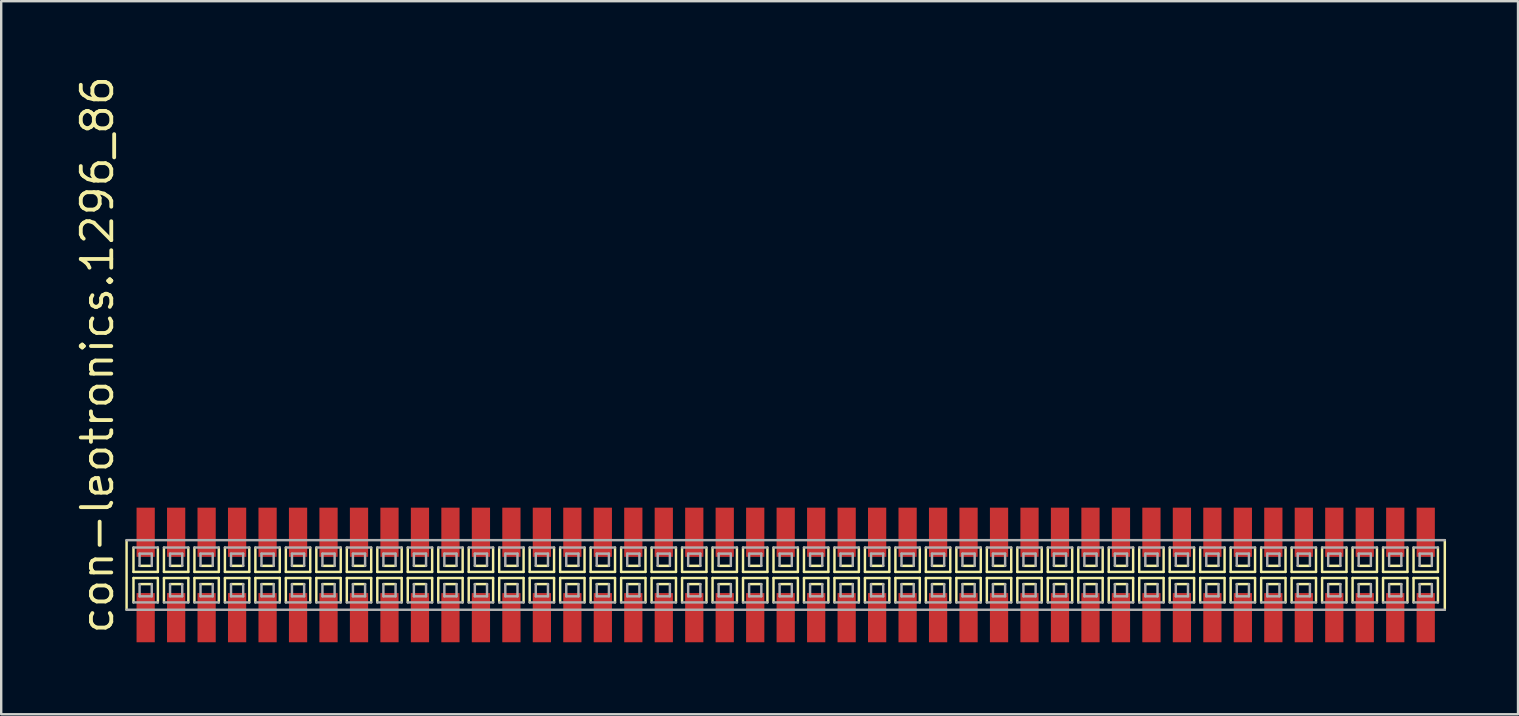
<source format=kicad_pcb>
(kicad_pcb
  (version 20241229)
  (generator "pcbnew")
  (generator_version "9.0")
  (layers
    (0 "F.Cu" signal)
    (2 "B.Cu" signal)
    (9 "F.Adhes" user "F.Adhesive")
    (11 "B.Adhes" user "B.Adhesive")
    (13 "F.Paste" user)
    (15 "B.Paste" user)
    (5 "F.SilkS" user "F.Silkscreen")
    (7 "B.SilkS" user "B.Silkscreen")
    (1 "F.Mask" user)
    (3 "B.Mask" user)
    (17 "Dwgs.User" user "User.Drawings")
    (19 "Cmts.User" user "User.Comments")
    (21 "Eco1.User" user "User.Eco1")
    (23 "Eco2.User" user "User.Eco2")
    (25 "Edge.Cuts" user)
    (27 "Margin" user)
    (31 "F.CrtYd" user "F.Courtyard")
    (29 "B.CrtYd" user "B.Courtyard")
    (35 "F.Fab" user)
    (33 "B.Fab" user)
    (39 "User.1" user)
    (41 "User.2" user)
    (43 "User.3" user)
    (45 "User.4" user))
  (footprint "con-leotronics.1296_86"
    (layer "F.Cu")
    (at 29.69 20.909)
    (property "Reference" "con-leotronics.1296_86" (at -27.94 2.54 90) (layer "F.SilkS") (effects (font (size 1.27 1.27) (thickness 0.16)) (justify left bottom)))
    (attr smd)
    (fp_line (start -27.465 -1.45) (end -27.465 1.45) (stroke (width 0.102) (type default)) (layer "F.SilkS"))
    (fp_line (start -27.178 -1.143) (end -27.178 -0.127) (stroke (width 0.102) (type default)) (layer "F.SilkS"))
    (fp_line (start -27.178 -0.127) (end -26.162 -0.127) (stroke (width 0.102) (type default)) (layer "F.SilkS"))
    (fp_line (start -27.178 0.127) (end -27.178 1.143) (stroke (width 0.102) (type default)) (layer "F.SilkS"))
    (fp_line (start -26.924 -0.381) (end -26.416 -0.381) (stroke (width 0.102) (type default)) (layer "F.SilkS"))
    (fp_line (start -26.416 0.381) (end -26.924 0.381) (stroke (width 0.102) (type default)) (layer "F.SilkS"))
    (fp_line (start -26.162 -0.127) (end -26.162 -1.143) (stroke (width 0.102) (type default)) (layer "F.SilkS"))
    (fp_line (start -26.162 0.127) (end -27.178 0.127) (stroke (width 0.102) (type default)) (layer "F.SilkS"))
    (fp_line (start -26.162 1.143) (end -26.162 0.127) (stroke (width 0.102) (type default)) (layer "F.SilkS"))
    (fp_line (start -25.908 -1.143) (end -25.908 -0.127) (stroke (width 0.102) (type default)) (layer "F.SilkS"))
    (fp_line (start -25.908 -0.127) (end -24.892 -0.127) (stroke (width 0.102) (type default)) (layer "F.SilkS"))
    (fp_line (start -25.908 0.127) (end -25.908 1.143) (stroke (width 0.102) (type default)) (layer "F.SilkS"))
    (fp_line (start -25.654 -0.381) (end -25.146 -0.381) (stroke (width 0.102) (type default)) (layer "F.SilkS"))
    (fp_line (start -25.146 0.381) (end -25.654 0.381) (stroke (width 0.102) (type default)) (layer "F.SilkS"))
    (fp_line (start -24.892 -0.127) (end -24.892 -1.143) (stroke (width 0.102) (type default)) (layer "F.SilkS"))
    (fp_line (start -24.892 0.127) (end -25.908 0.127) (stroke (width 0.102) (type default)) (layer "F.SilkS"))
    (fp_line (start -24.892 1.143) (end -24.892 0.127) (stroke (width 0.102) (type default)) (layer "F.SilkS"))
    (fp_line (start -24.638 -1.143) (end -24.638 -0.127) (stroke (width 0.102) (type default)) (layer "F.SilkS"))
    (fp_line (start -24.638 -0.127) (end -23.622 -0.127) (stroke (width 0.102) (type default)) (layer "F.SilkS"))
    (fp_line (start -24.638 0.127) (end -24.638 1.143) (stroke (width 0.102) (type default)) (layer "F.SilkS"))
    (fp_line (start -24.384 -0.381) (end -23.876 -0.381) (stroke (width 0.102) (type default)) (layer "F.SilkS"))
    (fp_line (start -23.876 0.381) (end -24.384 0.381) (stroke (width 0.102) (type default)) (layer "F.SilkS"))
    (fp_line (start -23.622 -0.127) (end -23.622 -1.143) (stroke (width 0.102) (type default)) (layer "F.SilkS"))
    (fp_line (start -23.622 0.127) (end -24.638 0.127) (stroke (width 0.102) (type default)) (layer "F.SilkS"))
    (fp_line (start -23.622 1.143) (end -23.622 0.127) (stroke (width 0.102) (type default)) (layer "F.SilkS"))
    (fp_line (start -23.368 -1.143) (end -23.368 -0.127) (stroke (width 0.102) (type default)) (layer "F.SilkS"))
    (fp_line (start -23.368 -0.127) (end -22.352 -0.127) (stroke (width 0.102) (type default)) (layer "F.SilkS"))
    (fp_line (start -23.368 0.127) (end -23.368 1.143) (stroke (width 0.102) (type default)) (layer "F.SilkS"))
    (fp_line (start -23.114 -0.381) (end -22.606 -0.381) (stroke (width 0.102) (type default)) (layer "F.SilkS"))
    (fp_line (start -22.606 0.381) (end -23.114 0.381) (stroke (width 0.102) (type default)) (layer "F.SilkS"))
    (fp_line (start -22.352 -0.127) (end -22.352 -1.143) (stroke (width 0.102) (type default)) (layer "F.SilkS"))
    (fp_line (start -22.352 0.127) (end -23.368 0.127) (stroke (width 0.102) (type default)) (layer "F.SilkS"))
    (fp_line (start -22.352 1.143) (end -22.352 0.127) (stroke (width 0.102) (type default)) (layer "F.SilkS"))
    (fp_line (start -22.098 -1.143) (end -22.098 -0.127) (stroke (width 0.102) (type default)) (layer "F.SilkS"))
    (fp_line (start -22.098 -0.127) (end -21.082 -0.127) (stroke (width 0.102) (type default)) (layer "F.SilkS"))
    (fp_line (start -22.098 0.127) (end -22.098 1.143) (stroke (width 0.102) (type default)) (layer "F.SilkS"))
    (fp_line (start -21.844 -0.381) (end -21.336 -0.381) (stroke (width 0.102) (type default)) (layer "F.SilkS"))
    (fp_line (start -21.336 0.381) (end -21.844 0.381) (stroke (width 0.102) (type default)) (layer "F.SilkS"))
    (fp_line (start -21.082 -0.127) (end -21.082 -1.143) (stroke (width 0.102) (type default)) (layer "F.SilkS"))
    (fp_line (start -21.082 0.127) (end -22.098 0.127) (stroke (width 0.102) (type default)) (layer "F.SilkS"))
    (fp_line (start -21.082 1.143) (end -21.082 0.127) (stroke (width 0.102) (type default)) (layer "F.SilkS"))
    (fp_line (start -20.828 -1.143) (end -20.828 -0.127) (stroke (width 0.102) (type default)) (layer "F.SilkS"))
    (fp_line (start -20.828 -0.127) (end -19.812 -0.127) (stroke (width 0.102) (type default)) (layer "F.SilkS"))
    (fp_line (start -20.828 0.127) (end -20.828 1.143) (stroke (width 0.102) (type default)) (layer "F.SilkS"))
    (fp_line (start -20.574 -0.381) (end -20.066 -0.381) (stroke (width 0.102) (type default)) (layer "F.SilkS"))
    (fp_line (start -20.066 0.381) (end -20.574 0.381) (stroke (width 0.102) (type default)) (layer "F.SilkS"))
    (fp_line (start -19.812 -0.127) (end -19.812 -1.143) (stroke (width 0.102) (type default)) (layer "F.SilkS"))
    (fp_line (start -19.812 0.127) (end -20.828 0.127) (stroke (width 0.102) (type default)) (layer "F.SilkS"))
    (fp_line (start -19.812 1.143) (end -19.812 0.127) (stroke (width 0.102) (type default)) (layer "F.SilkS"))
    (fp_line (start -19.558 -1.143) (end -19.558 -0.127) (stroke (width 0.102) (type default)) (layer "F.SilkS"))
    (fp_line (start -19.558 -0.127) (end -18.542 -0.127) (stroke (width 0.102) (type default)) (layer "F.SilkS"))
    (fp_line (start -19.558 0.127) (end -19.558 1.143) (stroke (width 0.102) (type default)) (layer "F.SilkS"))
    (fp_line (start -19.304 -0.381) (end -18.796 -0.381) (stroke (width 0.102) (type default)) (layer "F.SilkS"))
    (fp_line (start -18.796 0.381) (end -19.304 0.381) (stroke (width 0.102) (type default)) (layer "F.SilkS"))
    (fp_line (start -18.542 -0.127) (end -18.542 -1.143) (stroke (width 0.102) (type default)) (layer "F.SilkS"))
    (fp_line (start -18.542 0.127) (end -19.558 0.127) (stroke (width 0.102) (type default)) (layer "F.SilkS"))
    (fp_line (start -18.542 1.143) (end -18.542 0.127) (stroke (width 0.102) (type default)) (layer "F.SilkS"))
    (fp_line (start -18.288 -1.143) (end -18.288 -0.127) (stroke (width 0.102) (type default)) (layer "F.SilkS"))
    (fp_line (start -18.288 -0.127) (end -17.272 -0.127) (stroke (width 0.102) (type default)) (layer "F.SilkS"))
    (fp_line (start -18.288 0.127) (end -18.288 1.143) (stroke (width 0.102) (type default)) (layer "F.SilkS"))
    (fp_line (start -18.034 -0.381) (end -17.526 -0.381) (stroke (width 0.102) (type default)) (layer "F.SilkS"))
    (fp_line (start -17.526 0.381) (end -18.034 0.381) (stroke (width 0.102) (type default)) (layer "F.SilkS"))
    (fp_line (start -17.272 -0.127) (end -17.272 -1.143) (stroke (width 0.102) (type default)) (layer "F.SilkS"))
    (fp_line (start -17.272 0.127) (end -18.288 0.127) (stroke (width 0.102) (type default)) (layer "F.SilkS"))
    (fp_line (start -17.272 1.143) (end -17.272 0.127) (stroke (width 0.102) (type default)) (layer "F.SilkS"))
    (fp_line (start -17.018 -1.143) (end -17.018 -0.127) (stroke (width 0.102) (type default)) (layer "F.SilkS"))
    (fp_line (start -17.018 -0.127) (end -16.002 -0.127) (stroke (width 0.102) (type default)) (layer "F.SilkS"))
    (fp_line (start -17.018 0.127) (end -17.018 1.143) (stroke (width 0.102) (type default)) (layer "F.SilkS"))
    (fp_line (start -16.764 -0.381) (end -16.256 -0.381) (stroke (width 0.102) (type default)) (layer "F.SilkS"))
    (fp_line (start -16.256 0.381) (end -16.764 0.381) (stroke (width 0.102) (type default)) (layer "F.SilkS"))
    (fp_line (start -16.002 -0.127) (end -16.002 -1.143) (stroke (width 0.102) (type default)) (layer "F.SilkS"))
    (fp_line (start -16.002 0.127) (end -17.018 0.127) (stroke (width 0.102) (type default)) (layer "F.SilkS"))
    (fp_line (start -16.002 1.143) (end -16.002 0.127) (stroke (width 0.102) (type default)) (layer "F.SilkS"))
    (fp_line (start -15.748 -1.143) (end -15.748 -0.127) (stroke (width 0.102) (type default)) (layer "F.SilkS"))
    (fp_line (start -15.748 -0.127) (end -14.732 -0.127) (stroke (width 0.102) (type default)) (layer "F.SilkS"))
    (fp_line (start -15.748 0.127) (end -15.748 1.143) (stroke (width 0.102) (type default)) (layer "F.SilkS"))
    (fp_line (start -15.494 -0.381) (end -14.986 -0.381) (stroke (width 0.102) (type default)) (layer "F.SilkS"))
    (fp_line (start -14.986 0.381) (end -15.494 0.381) (stroke (width 0.102) (type default)) (layer "F.SilkS"))
    (fp_line (start -14.732 -0.127) (end -14.732 -1.143) (stroke (width 0.102) (type default)) (layer "F.SilkS"))
    (fp_line (start -14.732 0.127) (end -15.748 0.127) (stroke (width 0.102) (type default)) (layer "F.SilkS"))
    (fp_line (start -14.732 1.143) (end -14.732 0.127) (stroke (width 0.102) (type default)) (layer "F.SilkS"))
    (fp_line (start -14.478 -1.143) (end -14.478 -0.127) (stroke (width 0.102) (type default)) (layer "F.SilkS"))
    (fp_line (start -14.478 -0.127) (end -13.462 -0.127) (stroke (width 0.102) (type default)) (layer "F.SilkS"))
    (fp_line (start -14.478 0.127) (end -14.478 1.143) (stroke (width 0.102) (type default)) (layer "F.SilkS"))
    (fp_line (start -14.224 -0.381) (end -13.716 -0.381) (stroke (width 0.102) (type default)) (layer "F.SilkS"))
    (fp_line (start -13.716 0.381) (end -14.224 0.381) (stroke (width 0.102) (type default)) (layer "F.SilkS"))
    (fp_line (start -13.462 -0.127) (end -13.462 -1.143) (stroke (width 0.102) (type default)) (layer "F.SilkS"))
    (fp_line (start -13.462 0.127) (end -14.478 0.127) (stroke (width 0.102) (type default)) (layer "F.SilkS"))
    (fp_line (start -13.462 1.143) (end -13.462 0.127) (stroke (width 0.102) (type default)) (layer "F.SilkS"))
    (fp_line (start -13.208 -1.143) (end -13.208 -0.127) (stroke (width 0.102) (type default)) (layer "F.SilkS"))
    (fp_line (start -13.208 -0.127) (end -12.192 -0.127) (stroke (width 0.102) (type default)) (layer "F.SilkS"))
    (fp_line (start -13.208 0.127) (end -13.208 1.143) (stroke (width 0.102) (type default)) (layer "F.SilkS"))
    (fp_line (start -12.954 -0.381) (end -12.446 -0.381) (stroke (width 0.102) (type default)) (layer "F.SilkS"))
    (fp_line (start -12.446 0.381) (end -12.954 0.381) (stroke (width 0.102) (type default)) (layer "F.SilkS"))
    (fp_line (start -12.192 -0.127) (end -12.192 -1.143) (stroke (width 0.102) (type default)) (layer "F.SilkS"))
    (fp_line (start -12.192 0.127) (end -13.208 0.127) (stroke (width 0.102) (type default)) (layer "F.SilkS"))
    (fp_line (start -12.192 1.143) (end -12.192 0.127) (stroke (width 0.102) (type default)) (layer "F.SilkS"))
    (fp_line (start -11.938 -1.143) (end -11.938 -0.127) (stroke (width 0.102) (type default)) (layer "F.SilkS"))
    (fp_line (start -11.938 -0.127) (end -10.922 -0.127) (stroke (width 0.102) (type default)) (layer "F.SilkS"))
    (fp_line (start -11.938 0.127) (end -11.938 1.143) (stroke (width 0.102) (type default)) (layer "F.SilkS"))
    (fp_line (start -11.684 -0.381) (end -11.176 -0.381) (stroke (width 0.102) (type default)) (layer "F.SilkS"))
    (fp_line (start -11.176 0.381) (end -11.684 0.381) (stroke (width 0.102) (type default)) (layer "F.SilkS"))
    (fp_line (start -10.922 -0.127) (end -10.922 -1.143) (stroke (width 0.102) (type default)) (layer "F.SilkS"))
    (fp_line (start -10.922 0.127) (end -11.938 0.127) (stroke (width 0.102) (type default)) (layer "F.SilkS"))
    (fp_line (start -10.922 1.143) (end -10.922 0.127) (stroke (width 0.102) (type default)) (layer "F.SilkS"))
    (fp_line (start -10.668 -1.143) (end -10.668 -0.127) (stroke (width 0.102) (type default)) (layer "F.SilkS"))
    (fp_line (start -10.668 -0.127) (end -9.652 -0.127) (stroke (width 0.102) (type default)) (layer "F.SilkS"))
    (fp_line (start -10.668 0.127) (end -10.668 1.143) (stroke (width 0.102) (type default)) (layer "F.SilkS"))
    (fp_line (start -10.414 -0.381) (end -9.906 -0.381) (stroke (width 0.102) (type default)) (layer "F.SilkS"))
    (fp_line (start -9.906 0.381) (end -10.414 0.381) (stroke (width 0.102) (type default)) (layer "F.SilkS"))
    (fp_line (start -9.652 -0.127) (end -9.652 -1.143) (stroke (width 0.102) (type default)) (layer "F.SilkS"))
    (fp_line (start -9.652 0.127) (end -10.668 0.127) (stroke (width 0.102) (type default)) (layer "F.SilkS"))
    (fp_line (start -9.652 1.143) (end -9.652 0.127) (stroke (width 0.102) (type default)) (layer "F.SilkS"))
    (fp_line (start -9.398 -1.143) (end -9.398 -0.127) (stroke (width 0.102) (type default)) (layer "F.SilkS"))
    (fp_line (start -9.398 -0.127) (end -8.382 -0.127) (stroke (width 0.102) (type default)) (layer "F.SilkS"))
    (fp_line (start -9.398 0.127) (end -9.398 1.143) (stroke (width 0.102) (type default)) (layer "F.SilkS"))
    (fp_line (start -9.144 -0.381) (end -8.636 -0.381) (stroke (width 0.102) (type default)) (layer "F.SilkS"))
    (fp_line (start -8.636 0.381) (end -9.144 0.381) (stroke (width 0.102) (type default)) (layer "F.SilkS"))
    (fp_line (start -8.382 -0.127) (end -8.382 -1.143) (stroke (width 0.102) (type default)) (layer "F.SilkS"))
    (fp_line (start -8.382 0.127) (end -9.398 0.127) (stroke (width 0.102) (type default)) (layer "F.SilkS"))
    (fp_line (start -8.382 1.143) (end -8.382 0.127) (stroke (width 0.102) (type default)) (layer "F.SilkS"))
    (fp_line (start -8.128 -1.143) (end -8.128 -0.127) (stroke (width 0.102) (type default)) (layer "F.SilkS"))
    (fp_line (start -8.128 -0.127) (end -7.112 -0.127) (stroke (width 0.102) (type default)) (layer "F.SilkS"))
    (fp_line (start -8.128 0.127) (end -8.128 1.143) (stroke (width 0.102) (type default)) (layer "F.SilkS"))
    (fp_line (start -7.874 -0.381) (end -7.366 -0.381) (stroke (width 0.102) (type default)) (layer "F.SilkS"))
    (fp_line (start -7.366 0.381) (end -7.874 0.381) (stroke (width 0.102) (type default)) (layer "F.SilkS"))
    (fp_line (start -7.112 -0.127) (end -7.112 -1.143) (stroke (width 0.102) (type default)) (layer "F.SilkS"))
    (fp_line (start -7.112 0.127) (end -8.128 0.127) (stroke (width 0.102) (type default)) (layer "F.SilkS"))
    (fp_line (start -7.112 1.143) (end -7.112 0.127) (stroke (width 0.102) (type default)) (layer "F.SilkS"))
    (fp_line (start -6.858 -1.143) (end -6.858 -0.127) (stroke (width 0.102) (type default)) (layer "F.SilkS"))
    (fp_line (start -6.858 -0.127) (end -5.842 -0.127) (stroke (width 0.102) (type default)) (layer "F.SilkS"))
    (fp_line (start -6.858 0.127) (end -6.858 1.143) (stroke (width 0.102) (type default)) (layer "F.SilkS"))
    (fp_line (start -6.604 -0.381) (end -6.096 -0.381) (stroke (width 0.102) (type default)) (layer "F.SilkS"))
    (fp_line (start -6.096 0.381) (end -6.604 0.381) (stroke (width 0.102) (type default)) (layer "F.SilkS"))
    (fp_line (start -5.842 -0.127) (end -5.842 -1.143) (stroke (width 0.102) (type default)) (layer "F.SilkS"))
    (fp_line (start -5.842 0.127) (end -6.858 0.127) (stroke (width 0.102) (type default)) (layer "F.SilkS"))
    (fp_line (start -5.842 1.143) (end -5.842 0.127) (stroke (width 0.102) (type default)) (layer "F.SilkS"))
    (fp_line (start -5.588 -1.143) (end -5.588 -0.127) (stroke (width 0.102) (type default)) (layer "F.SilkS"))
    (fp_line (start -5.588 -0.127) (end -4.572 -0.127) (stroke (width 0.102) (type default)) (layer "F.SilkS"))
    (fp_line (start -5.588 0.127) (end -5.588 1.143) (stroke (width 0.102) (type default)) (layer "F.SilkS"))
    (fp_line (start -5.334 -0.381) (end -4.826 -0.381) (stroke (width 0.102) (type default)) (layer "F.SilkS"))
    (fp_line (start -4.826 0.381) (end -5.334 0.381) (stroke (width 0.102) (type default)) (layer "F.SilkS"))
    (fp_line (start -4.572 -0.127) (end -4.572 -1.143) (stroke (width 0.102) (type default)) (layer "F.SilkS"))
    (fp_line (start -4.572 0.127) (end -5.588 0.127) (stroke (width 0.102) (type default)) (layer "F.SilkS"))
    (fp_line (start -4.572 1.143) (end -4.572 0.127) (stroke (width 0.102) (type default)) (layer "F.SilkS"))
    (fp_line (start -4.318 -1.143) (end -4.318 -0.127) (stroke (width 0.102) (type default)) (layer "F.SilkS"))
    (fp_line (start -4.318 -0.127) (end -3.302 -0.127) (stroke (width 0.102) (type default)) (layer "F.SilkS"))
    (fp_line (start -4.318 0.127) (end -4.318 1.143) (stroke (width 0.102) (type default)) (layer "F.SilkS"))
    (fp_line (start -4.064 -0.381) (end -3.556 -0.381) (stroke (width 0.102) (type default)) (layer "F.SilkS"))
    (fp_line (start -3.556 0.381) (end -4.064 0.381) (stroke (width 0.102) (type default)) (layer "F.SilkS"))
    (fp_line (start -3.302 -0.127) (end -3.302 -1.143) (stroke (width 0.102) (type default)) (layer "F.SilkS"))
    (fp_line (start -3.302 0.127) (end -4.318 0.127) (stroke (width 0.102) (type default)) (layer "F.SilkS"))
    (fp_line (start -3.302 1.143) (end -3.302 0.127) (stroke (width 0.102) (type default)) (layer "F.SilkS"))
    (fp_line (start -3.048 -1.143) (end -3.048 -0.127) (stroke (width 0.102) (type default)) (layer "F.SilkS"))
    (fp_line (start -3.048 -0.127) (end -2.032 -0.127) (stroke (width 0.102) (type default)) (layer "F.SilkS"))
    (fp_line (start -3.048 0.127) (end -3.048 1.143) (stroke (width 0.102) (type default)) (layer "F.SilkS"))
    (fp_line (start -2.794 -0.381) (end -2.286 -0.381) (stroke (width 0.102) (type default)) (layer "F.SilkS"))
    (fp_line (start -2.286 0.381) (end -2.794 0.381) (stroke (width 0.102) (type default)) (layer "F.SilkS"))
    (fp_line (start -2.032 -0.127) (end -2.032 -1.143) (stroke (width 0.102) (type default)) (layer "F.SilkS"))
    (fp_line (start -2.032 0.127) (end -3.048 0.127) (stroke (width 0.102) (type default)) (layer "F.SilkS"))
    (fp_line (start -2.032 1.143) (end -2.032 0.127) (stroke (width 0.102) (type default)) (layer "F.SilkS"))
    (fp_line (start -1.778 -1.143) (end -1.778 -0.127) (stroke (width 0.102) (type default)) (layer "F.SilkS"))
    (fp_line (start -1.778 -0.127) (end -0.762 -0.127) (stroke (width 0.102) (type default)) (layer "F.SilkS"))
    (fp_line (start -1.778 0.127) (end -1.778 1.143) (stroke (width 0.102) (type default)) (layer "F.SilkS"))
    (fp_line (start -1.524 -0.381) (end -1.016 -0.381) (stroke (width 0.102) (type default)) (layer "F.SilkS"))
    (fp_line (start -1.016 0.381) (end -1.524 0.381) (stroke (width 0.102) (type default)) (layer "F.SilkS"))
    (fp_line (start -0.762 -0.127) (end -0.762 -1.143) (stroke (width 0.102) (type default)) (layer "F.SilkS"))
    (fp_line (start -0.762 0.127) (end -1.778 0.127) (stroke (width 0.102) (type default)) (layer "F.SilkS"))
    (fp_line (start -0.762 1.143) (end -0.762 0.127) (stroke (width 0.102) (type default)) (layer "F.SilkS"))
    (fp_line (start -0.508 -1.143) (end -0.508 -0.127) (stroke (width 0.102) (type default)) (layer "F.SilkS"))
    (fp_line (start -0.508 -0.127) (end 0.508 -0.127) (stroke (width 0.102) (type default)) (layer "F.SilkS"))
    (fp_line (start -0.508 0.127) (end -0.508 1.143) (stroke (width 0.102) (type default)) (layer "F.SilkS"))
    (fp_line (start -0.254 -0.381) (end 0.254 -0.381) (stroke (width 0.102) (type default)) (layer "F.SilkS"))
    (fp_line (start 0.254 0.381) (end -0.254 0.381) (stroke (width 0.102) (type default)) (layer "F.SilkS"))
    (fp_line (start 0.508 -0.127) (end 0.508 -1.143) (stroke (width 0.102) (type default)) (layer "F.SilkS"))
    (fp_line (start 0.508 0.127) (end -0.508 0.127) (stroke (width 0.102) (type default)) (layer "F.SilkS"))
    (fp_line (start 0.508 1.143) (end 0.508 0.127) (stroke (width 0.102) (type default)) (layer "F.SilkS"))
    (fp_line (start 0.762 -1.143) (end 0.762 -0.127) (stroke (width 0.102) (type default)) (layer "F.SilkS"))
    (fp_line (start 0.762 -0.127) (end 1.778 -0.127) (stroke (width 0.102) (type default)) (layer "F.SilkS"))
    (fp_line (start 0.762 0.127) (end 0.762 1.143) (stroke (width 0.102) (type default)) (layer "F.SilkS"))
    (fp_line (start 1.016 -0.381) (end 1.524 -0.381) (stroke (width 0.102) (type default)) (layer "F.SilkS"))
    (fp_line (start 1.524 0.381) (end 1.016 0.381) (stroke (width 0.102) (type default)) (layer "F.SilkS"))
    (fp_line (start 1.778 -0.127) (end 1.778 -1.143) (stroke (width 0.102) (type default)) (layer "F.SilkS"))
    (fp_line (start 1.778 0.127) (end 0.762 0.127) (stroke (width 0.102) (type default)) (layer "F.SilkS"))
    (fp_line (start 1.778 1.143) (end 1.778 0.127) (stroke (width 0.102) (type default)) (layer "F.SilkS"))
    (fp_line (start 2.032 -1.143) (end 2.032 -0.127) (stroke (width 0.102) (type default)) (layer "F.SilkS"))
    (fp_line (start 2.032 -0.127) (end 3.048 -0.127) (stroke (width 0.102) (type default)) (layer "F.SilkS"))
    (fp_line (start 2.032 0.127) (end 2.032 1.143) (stroke (width 0.102) (type default)) (layer "F.SilkS"))
    (fp_line (start 2.286 -0.381) (end 2.794 -0.381) (stroke (width 0.102) (type default)) (layer "F.SilkS"))
    (fp_line (start 2.794 0.381) (end 2.286 0.381) (stroke (width 0.102) (type default)) (layer "F.SilkS"))
    (fp_line (start 3.048 -0.127) (end 3.048 -1.143) (stroke (width 0.102) (type default)) (layer "F.SilkS"))
    (fp_line (start 3.048 0.127) (end 2.032 0.127) (stroke (width 0.102) (type default)) (layer "F.SilkS"))
    (fp_line (start 3.048 1.143) (end 3.048 0.127) (stroke (width 0.102) (type default)) (layer "F.SilkS"))
    (fp_line (start 3.302 -1.143) (end 3.302 -0.127) (stroke (width 0.102) (type default)) (layer "F.SilkS"))
    (fp_line (start 3.302 -0.127) (end 4.318 -0.127) (stroke (width 0.102) (type default)) (layer "F.SilkS"))
    (fp_line (start 3.302 0.127) (end 3.302 1.143) (stroke (width 0.102) (type default)) (layer "F.SilkS"))
    (fp_line (start 3.556 -0.381) (end 4.064 -0.381) (stroke (width 0.102) (type default)) (layer "F.SilkS"))
    (fp_line (start 4.064 0.381) (end 3.556 0.381) (stroke (width 0.102) (type default)) (layer "F.SilkS"))
    (fp_line (start 4.318 -0.127) (end 4.318 -1.143) (stroke (width 0.102) (type default)) (layer "F.SilkS"))
    (fp_line (start 4.318 0.127) (end 3.302 0.127) (stroke (width 0.102) (type default)) (layer "F.SilkS"))
    (fp_line (start 4.318 1.143) (end 4.318 0.127) (stroke (width 0.102) (type default)) (layer "F.SilkS"))
    (fp_line (start 4.572 -1.143) (end 4.572 -0.127) (stroke (width 0.102) (type default)) (layer "F.SilkS"))
    (fp_line (start 4.572 -0.127) (end 5.588 -0.127) (stroke (width 0.102) (type default)) (layer "F.SilkS"))
    (fp_line (start 4.572 0.127) (end 4.572 1.143) (stroke (width 0.102) (type default)) (layer "F.SilkS"))
    (fp_line (start 4.826 -0.381) (end 5.334 -0.381) (stroke (width 0.102) (type default)) (layer "F.SilkS"))
    (fp_line (start 5.334 0.381) (end 4.826 0.381) (stroke (width 0.102) (type default)) (layer "F.SilkS"))
    (fp_line (start 5.588 -0.127) (end 5.588 -1.143) (stroke (width 0.102) (type default)) (layer "F.SilkS"))
    (fp_line (start 5.588 0.127) (end 4.572 0.127) (stroke (width 0.102) (type default)) (layer "F.SilkS"))
    (fp_line (start 5.588 1.143) (end 5.588 0.127) (stroke (width 0.102) (type default)) (layer "F.SilkS"))
    (fp_line (start 5.842 -1.143) (end 5.842 -0.127) (stroke (width 0.102) (type default)) (layer "F.SilkS"))
    (fp_line (start 5.842 -0.127) (end 6.858 -0.127) (stroke (width 0.102) (type default)) (layer "F.SilkS"))
    (fp_line (start 5.842 0.127) (end 5.842 1.143) (stroke (width 0.102) (type default)) (layer "F.SilkS"))
    (fp_line (start 6.096 -0.381) (end 6.604 -0.381) (stroke (width 0.102) (type default)) (layer "F.SilkS"))
    (fp_line (start 6.604 0.381) (end 6.096 0.381) (stroke (width 0.102) (type default)) (layer "F.SilkS"))
    (fp_line (start 6.858 -0.127) (end 6.858 -1.143) (stroke (width 0.102) (type default)) (layer "F.SilkS"))
    (fp_line (start 6.858 0.127) (end 5.842 0.127) (stroke (width 0.102) (type default)) (layer "F.SilkS"))
    (fp_line (start 6.858 1.143) (end 6.858 0.127) (stroke (width 0.102) (type default)) (layer "F.SilkS"))
    (fp_line (start 7.112 -1.143) (end 7.112 -0.127) (stroke (width 0.102) (type default)) (layer "F.SilkS"))
    (fp_line (start 7.112 -0.127) (end 8.128 -0.127) (stroke (width 0.102) (type default)) (layer "F.SilkS"))
    (fp_line (start 7.112 0.127) (end 7.112 1.143) (stroke (width 0.102) (type default)) (layer "F.SilkS"))
    (fp_line (start 7.366 -0.381) (end 7.874 -0.381) (stroke (width 0.102) (type default)) (layer "F.SilkS"))
    (fp_line (start 7.874 0.381) (end 7.366 0.381) (stroke (width 0.102) (type default)) (layer "F.SilkS"))
    (fp_line (start 8.128 -0.127) (end 8.128 -1.143) (stroke (width 0.102) (type default)) (layer "F.SilkS"))
    (fp_line (start 8.128 0.127) (end 7.112 0.127) (stroke (width 0.102) (type default)) (layer "F.SilkS"))
    (fp_line (start 8.128 1.143) (end 8.128 0.127) (stroke (width 0.102) (type default)) (layer "F.SilkS"))
    (fp_line (start 8.382 -1.143) (end 8.382 -0.127) (stroke (width 0.102) (type default)) (layer "F.SilkS"))
    (fp_line (start 8.382 -0.127) (end 9.398 -0.127) (stroke (width 0.102) (type default)) (layer "F.SilkS"))
    (fp_line (start 8.382 0.127) (end 8.382 1.143) (stroke (width 0.102) (type default)) (layer "F.SilkS"))
    (fp_line (start 8.636 -0.381) (end 9.144 -0.381) (stroke (width 0.102) (type default)) (layer "F.SilkS"))
    (fp_line (start 9.144 0.381) (end 8.636 0.381) (stroke (width 0.102) (type default)) (layer "F.SilkS"))
    (fp_line (start 9.398 -0.127) (end 9.398 -1.143) (stroke (width 0.102) (type default)) (layer "F.SilkS"))
    (fp_line (start 9.398 0.127) (end 8.382 0.127) (stroke (width 0.102) (type default)) (layer "F.SilkS"))
    (fp_line (start 9.398 1.143) (end 9.398 0.127) (stroke (width 0.102) (type default)) (layer "F.SilkS"))
    (fp_line (start 9.652 -1.143) (end 9.652 -0.127) (stroke (width 0.102) (type default)) (layer "F.SilkS"))
    (fp_line (start 9.652 -0.127) (end 10.668 -0.127) (stroke (width 0.102) (type default)) (layer "F.SilkS"))
    (fp_line (start 9.652 0.127) (end 9.652 1.143) (stroke (width 0.102) (type default)) (layer "F.SilkS"))
    (fp_line (start 9.906 -0.381) (end 10.414 -0.381) (stroke (width 0.102) (type default)) (layer "F.SilkS"))
    (fp_line (start 10.414 0.381) (end 9.906 0.381) (stroke (width 0.102) (type default)) (layer "F.SilkS"))
    (fp_line (start 10.668 -0.127) (end 10.668 -1.143) (stroke (width 0.102) (type default)) (layer "F.SilkS"))
    (fp_line (start 10.668 0.127) (end 9.652 0.127) (stroke (width 0.102) (type default)) (layer "F.SilkS"))
    (fp_line (start 10.668 1.143) (end 10.668 0.127) (stroke (width 0.102) (type default)) (layer "F.SilkS"))
    (fp_line (start 10.922 -1.143) (end 10.922 -0.127) (stroke (width 0.102) (type default)) (layer "F.SilkS"))
    (fp_line (start 10.922 -0.127) (end 11.938 -0.127) (stroke (width 0.102) (type default)) (layer "F.SilkS"))
    (fp_line (start 10.922 0.127) (end 10.922 1.143) (stroke (width 0.102) (type default)) (layer "F.SilkS"))
    (fp_line (start 11.176 -0.381) (end 11.684 -0.381) (stroke (width 0.102) (type default)) (layer "F.SilkS"))
    (fp_line (start 11.684 0.381) (end 11.176 0.381) (stroke (width 0.102) (type default)) (layer "F.SilkS"))
    (fp_line (start 11.938 -0.127) (end 11.938 -1.143) (stroke (width 0.102) (type default)) (layer "F.SilkS"))
    (fp_line (start 11.938 0.127) (end 10.922 0.127) (stroke (width 0.102) (type default)) (layer "F.SilkS"))
    (fp_line (start 11.938 1.143) (end 11.938 0.127) (stroke (width 0.102) (type default)) (layer "F.SilkS"))
    (fp_line (start 12.192 -1.143) (end 12.192 -0.127) (stroke (width 0.102) (type default)) (layer "F.SilkS"))
    (fp_line (start 12.192 -0.127) (end 13.208 -0.127) (stroke (width 0.102) (type default)) (layer "F.SilkS"))
    (fp_line (start 12.192 0.127) (end 12.192 1.143) (stroke (width 0.102) (type default)) (layer "F.SilkS"))
    (fp_line (start 12.446 -0.381) (end 12.954 -0.381) (stroke (width 0.102) (type default)) (layer "F.SilkS"))
    (fp_line (start 12.954 0.381) (end 12.446 0.381) (stroke (width 0.102) (type default)) (layer "F.SilkS"))
    (fp_line (start 13.208 -0.127) (end 13.208 -1.143) (stroke (width 0.102) (type default)) (layer "F.SilkS"))
    (fp_line (start 13.208 0.127) (end 12.192 0.127) (stroke (width 0.102) (type default)) (layer "F.SilkS"))
    (fp_line (start 13.208 1.143) (end 13.208 0.127) (stroke (width 0.102) (type default)) (layer "F.SilkS"))
    (fp_line (start 13.462 -1.143) (end 13.462 -0.127) (stroke (width 0.102) (type default)) (layer "F.SilkS"))
    (fp_line (start 13.462 -0.127) (end 14.478 -0.127) (stroke (width 0.102) (type default)) (layer "F.SilkS"))
    (fp_line (start 13.462 0.127) (end 13.462 1.143) (stroke (width 0.102) (type default)) (layer "F.SilkS"))
    (fp_line (start 13.716 -0.381) (end 14.224 -0.381) (stroke (width 0.102) (type default)) (layer "F.SilkS"))
    (fp_line (start 14.224 0.381) (end 13.716 0.381) (stroke (width 0.102) (type default)) (layer "F.SilkS"))
    (fp_line (start 14.478 -0.127) (end 14.478 -1.143) (stroke (width 0.102) (type default)) (layer "F.SilkS"))
    (fp_line (start 14.478 0.127) (end 13.462 0.127) (stroke (width 0.102) (type default)) (layer "F.SilkS"))
    (fp_line (start 14.478 1.143) (end 14.478 0.127) (stroke (width 0.102) (type default)) (layer "F.SilkS"))
    (fp_line (start 14.732 -1.143) (end 14.732 -0.127) (stroke (width 0.102) (type default)) (layer "F.SilkS"))
    (fp_line (start 14.732 -0.127) (end 15.748 -0.127) (stroke (width 0.102) (type default)) (layer "F.SilkS"))
    (fp_line (start 14.732 0.127) (end 14.732 1.143) (stroke (width 0.102) (type default)) (layer "F.SilkS"))
    (fp_line (start 14.986 -0.381) (end 15.494 -0.381) (stroke (width 0.102) (type default)) (layer "F.SilkS"))
    (fp_line (start 15.494 0.381) (end 14.986 0.381) (stroke (width 0.102) (type default)) (layer "F.SilkS"))
    (fp_line (start 15.748 -0.127) (end 15.748 -1.143) (stroke (width 0.102) (type default)) (layer "F.SilkS"))
    (fp_line (start 15.748 0.127) (end 14.732 0.127) (stroke (width 0.102) (type default)) (layer "F.SilkS"))
    (fp_line (start 15.748 1.143) (end 15.748 0.127) (stroke (width 0.102) (type default)) (layer "F.SilkS"))
    (fp_line (start 16.002 -1.143) (end 16.002 -0.127) (stroke (width 0.102) (type default)) (layer "F.SilkS"))
    (fp_line (start 16.002 -0.127) (end 17.018 -0.127) (stroke (width 0.102) (type default)) (layer "F.SilkS"))
    (fp_line (start 16.002 0.127) (end 16.002 1.143) (stroke (width 0.102) (type default)) (layer "F.SilkS"))
    (fp_line (start 16.256 -0.381) (end 16.764 -0.381) (stroke (width 0.102) (type default)) (layer "F.SilkS"))
    (fp_line (start 16.764 0.381) (end 16.256 0.381) (stroke (width 0.102) (type default)) (layer "F.SilkS"))
    (fp_line (start 17.018 -0.127) (end 17.018 -1.143) (stroke (width 0.102) (type default)) (layer "F.SilkS"))
    (fp_line (start 17.018 0.127) (end 16.002 0.127) (stroke (width 0.102) (type default)) (layer "F.SilkS"))
    (fp_line (start 17.018 1.143) (end 17.018 0.127) (stroke (width 0.102) (type default)) (layer "F.SilkS"))
    (fp_line (start 17.272 -1.143) (end 17.272 -0.127) (stroke (width 0.102) (type default)) (layer "F.SilkS"))
    (fp_line (start 17.272 -0.127) (end 18.288 -0.127) (stroke (width 0.102) (type default)) (layer "F.SilkS"))
    (fp_line (start 17.272 0.127) (end 17.272 1.143) (stroke (width 0.102) (type default)) (layer "F.SilkS"))
    (fp_line (start 17.526 -0.381) (end 18.034 -0.381) (stroke (width 0.102) (type default)) (layer "F.SilkS"))
    (fp_line (start 18.034 0.381) (end 17.526 0.381) (stroke (width 0.102) (type default)) (layer "F.SilkS"))
    (fp_line (start 18.288 -0.127) (end 18.288 -1.143) (stroke (width 0.102) (type default)) (layer "F.SilkS"))
    (fp_line (start 18.288 0.127) (end 17.272 0.127) (stroke (width 0.102) (type default)) (layer "F.SilkS"))
    (fp_line (start 18.288 1.143) (end 18.288 0.127) (stroke (width 0.102) (type default)) (layer "F.SilkS"))
    (fp_line (start 18.542 -1.143) (end 18.542 -0.127) (stroke (width 0.102) (type default)) (layer "F.SilkS"))
    (fp_line (start 18.542 -0.127) (end 19.558 -0.127) (stroke (width 0.102) (type default)) (layer "F.SilkS"))
    (fp_line (start 18.542 0.127) (end 18.542 1.143) (stroke (width 0.102) (type default)) (layer "F.SilkS"))
    (fp_line (start 18.796 -0.381) (end 19.304 -0.381) (stroke (width 0.102) (type default)) (layer "F.SilkS"))
    (fp_line (start 19.304 0.381) (end 18.796 0.381) (stroke (width 0.102) (type default)) (layer "F.SilkS"))
    (fp_line (start 19.558 -0.127) (end 19.558 -1.143) (stroke (width 0.102) (type default)) (layer "F.SilkS"))
    (fp_line (start 19.558 0.127) (end 18.542 0.127) (stroke (width 0.102) (type default)) (layer "F.SilkS"))
    (fp_line (start 19.558 1.143) (end 19.558 0.127) (stroke (width 0.102) (type default)) (layer "F.SilkS"))
    (fp_line (start 19.812 -1.143) (end 19.812 -0.127) (stroke (width 0.102) (type default)) (layer "F.SilkS"))
    (fp_line (start 19.812 -0.127) (end 20.828 -0.127) (stroke (width 0.102) (type default)) (layer "F.SilkS"))
    (fp_line (start 19.812 0.127) (end 19.812 1.143) (stroke (width 0.102) (type default)) (layer "F.SilkS"))
    (fp_line (start 20.066 -0.381) (end 20.574 -0.381) (stroke (width 0.102) (type default)) (layer "F.SilkS"))
    (fp_line (start 20.574 0.381) (end 20.066 0.381) (stroke (width 0.102) (type default)) (layer "F.SilkS"))
    (fp_line (start 20.828 -0.127) (end 20.828 -1.143) (stroke (width 0.102) (type default)) (layer "F.SilkS"))
    (fp_line (start 20.828 0.127) (end 19.812 0.127) (stroke (width 0.102) (type default)) (layer "F.SilkS"))
    (fp_line (start 20.828 1.143) (end 20.828 0.127) (stroke (width 0.102) (type default)) (layer "F.SilkS"))
    (fp_line (start 21.082 -1.143) (end 21.082 -0.127) (stroke (width 0.102) (type default)) (layer "F.SilkS"))
    (fp_line (start 21.082 -0.127) (end 22.098 -0.127) (stroke (width 0.102) (type default)) (layer "F.SilkS"))
    (fp_line (start 21.082 0.127) (end 21.082 1.143) (stroke (width 0.102) (type default)) (layer "F.SilkS"))
    (fp_line (start 21.336 -0.381) (end 21.844 -0.381) (stroke (width 0.102) (type default)) (layer "F.SilkS"))
    (fp_line (start 21.844 0.381) (end 21.336 0.381) (stroke (width 0.102) (type default)) (layer "F.SilkS"))
    (fp_line (start 22.098 -0.127) (end 22.098 -1.143) (stroke (width 0.102) (type default)) (layer "F.SilkS"))
    (fp_line (start 22.098 0.127) (end 21.082 0.127) (stroke (width 0.102) (type default)) (layer "F.SilkS"))
    (fp_line (start 22.098 1.143) (end 22.098 0.127) (stroke (width 0.102) (type default)) (layer "F.SilkS"))
    (fp_line (start 22.352 -1.143) (end 22.352 -0.127) (stroke (width 0.102) (type default)) (layer "F.SilkS"))
    (fp_line (start 22.352 -0.127) (end 23.368 -0.127) (stroke (width 0.102) (type default)) (layer "F.SilkS"))
    (fp_line (start 22.352 0.127) (end 22.352 1.143) (stroke (width 0.102) (type default)) (layer "F.SilkS"))
    (fp_line (start 22.606 -0.381) (end 23.114 -0.381) (stroke (width 0.102) (type default)) (layer "F.SilkS"))
    (fp_line (start 23.114 0.381) (end 22.606 0.381) (stroke (width 0.102) (type default)) (layer "F.SilkS"))
    (fp_line (start 23.368 -0.127) (end 23.368 -1.143) (stroke (width 0.102) (type default)) (layer "F.SilkS"))
    (fp_line (start 23.368 0.127) (end 22.352 0.127) (stroke (width 0.102) (type default)) (layer "F.SilkS"))
    (fp_line (start 23.368 1.143) (end 23.368 0.127) (stroke (width 0.102) (type default)) (layer "F.SilkS"))
    (fp_line (start 23.622 -1.143) (end 23.622 -0.127) (stroke (width 0.102) (type default)) (layer "F.SilkS"))
    (fp_line (start 23.622 -0.127) (end 24.638 -0.127) (stroke (width 0.102) (type default)) (layer "F.SilkS"))
    (fp_line (start 23.622 0.127) (end 23.622 1.143) (stroke (width 0.102) (type default)) (layer "F.SilkS"))
    (fp_line (start 23.876 -0.381) (end 24.384 -0.381) (stroke (width 0.102) (type default)) (layer "F.SilkS"))
    (fp_line (start 24.384 0.381) (end 23.876 0.381) (stroke (width 0.102) (type default)) (layer "F.SilkS"))
    (fp_line (start 24.638 -0.127) (end 24.638 -1.143) (stroke (width 0.102) (type default)) (layer "F.SilkS"))
    (fp_line (start 24.638 0.127) (end 23.622 0.127) (stroke (width 0.102) (type default)) (layer "F.SilkS"))
    (fp_line (start 24.638 1.143) (end 24.638 0.127) (stroke (width 0.102) (type default)) (layer "F.SilkS"))
    (fp_line (start 24.892 -1.143) (end 24.892 -0.127) (stroke (width 0.102) (type default)) (layer "F.SilkS"))
    (fp_line (start 24.892 -0.127) (end 25.908 -0.127) (stroke (width 0.102) (type default)) (layer "F.SilkS"))
    (fp_line (start 24.892 0.127) (end 24.892 1.143) (stroke (width 0.102) (type default)) (layer "F.SilkS"))
    (fp_line (start 25.146 -0.381) (end 25.654 -0.381) (stroke (width 0.102) (type default)) (layer "F.SilkS"))
    (fp_line (start 25.654 0.381) (end 25.146 0.381) (stroke (width 0.102) (type default)) (layer "F.SilkS"))
    (fp_line (start 25.908 -0.127) (end 25.908 -1.143) (stroke (width 0.102) (type default)) (layer "F.SilkS"))
    (fp_line (start 25.908 0.127) (end 24.892 0.127) (stroke (width 0.102) (type default)) (layer "F.SilkS"))
    (fp_line (start 25.908 1.143) (end 25.908 0.127) (stroke (width 0.102) (type default)) (layer "F.SilkS"))
    (fp_line (start 26.162 -1.143) (end 26.162 -0.127) (stroke (width 0.102) (type default)) (layer "F.SilkS"))
    (fp_line (start 26.162 -0.127) (end 27.178 -0.127) (stroke (width 0.102) (type default)) (layer "F.SilkS"))
    (fp_line (start 26.162 0.127) (end 26.162 1.143) (stroke (width 0.102) (type default)) (layer "F.SilkS"))
    (fp_line (start 26.416 -0.381) (end 26.924 -0.381) (stroke (width 0.102) (type default)) (layer "F.SilkS"))
    (fp_line (start 26.924 0.381) (end 26.416 0.381) (stroke (width 0.102) (type default)) (layer "F.SilkS"))
    (fp_line (start 27.178 -0.127) (end 27.178 -1.143) (stroke (width 0.102) (type default)) (layer "F.SilkS"))
    (fp_line (start 27.178 0.127) (end 26.162 0.127) (stroke (width 0.102) (type default)) (layer "F.SilkS"))
    (fp_line (start 27.178 1.143) (end 27.178 0.127) (stroke (width 0.102) (type default)) (layer "F.SilkS"))
    (fp_line (start 27.465 1.45) (end 27.465 -1.45) (stroke (width 0.102) (type default)) (layer "F.SilkS"))
    (fp_line (start -27.465 1.45) (end 27.465 1.45) (stroke (width 0.102) (type default)) (layer "F.Fab"))
    (fp_line (start -27.178 1.143) (end -26.162 1.143) (stroke (width 0.102) (type default)) (layer "F.Fab"))
    (fp_line (start -26.924 -0.889) (end -26.924 -0.381) (stroke (width 0.102) (type default)) (layer "F.Fab"))
    (fp_line (start -26.924 0.381) (end -26.924 0.889) (stroke (width 0.102) (type default)) (layer "F.Fab"))
    (fp_line (start -26.924 0.889) (end -26.416 0.889) (stroke (width 0.102) (type default)) (layer "F.Fab"))
    (fp_line (start -26.416 -0.889) (end -26.924 -0.889) (stroke (width 0.102) (type default)) (layer "F.Fab"))
    (fp_line (start -26.416 -0.381) (end -26.416 -0.889) (stroke (width 0.102) (type default)) (layer "F.Fab"))
    (fp_line (start -26.416 0.889) (end -26.416 0.381) (stroke (width 0.102) (type default)) (layer "F.Fab"))
    (fp_line (start -26.162 -1.143) (end -27.178 -1.143) (stroke (width 0.102) (type default)) (layer "F.Fab"))
    (fp_line (start -25.908 1.143) (end -24.892 1.143) (stroke (width 0.102) (type default)) (layer "F.Fab"))
    (fp_line (start -25.654 -0.889) (end -25.654 -0.381) (stroke (width 0.102) (type default)) (layer "F.Fab"))
    (fp_line (start -25.654 0.381) (end -25.654 0.889) (stroke (width 0.102) (type default)) (layer "F.Fab"))
    (fp_line (start -25.654 0.889) (end -25.146 0.889) (stroke (width 0.102) (type default)) (layer "F.Fab"))
    (fp_line (start -25.146 -0.889) (end -25.654 -0.889) (stroke (width 0.102) (type default)) (layer "F.Fab"))
    (fp_line (start -25.146 -0.381) (end -25.146 -0.889) (stroke (width 0.102) (type default)) (layer "F.Fab"))
    (fp_line (start -25.146 0.889) (end -25.146 0.381) (stroke (width 0.102) (type default)) (layer "F.Fab"))
    (fp_line (start -24.892 -1.143) (end -25.908 -1.143) (stroke (width 0.102) (type default)) (layer "F.Fab"))
    (fp_line (start -24.638 1.143) (end -23.622 1.143) (stroke (width 0.102) (type default)) (layer "F.Fab"))
    (fp_line (start -24.384 -0.889) (end -24.384 -0.381) (stroke (width 0.102) (type default)) (layer "F.Fab"))
    (fp_line (start -24.384 0.381) (end -24.384 0.889) (stroke (width 0.102) (type default)) (layer "F.Fab"))
    (fp_line (start -24.384 0.889) (end -23.876 0.889) (stroke (width 0.102) (type default)) (layer "F.Fab"))
    (fp_line (start -23.876 -0.889) (end -24.384 -0.889) (stroke (width 0.102) (type default)) (layer "F.Fab"))
    (fp_line (start -23.876 -0.381) (end -23.876 -0.889) (stroke (width 0.102) (type default)) (layer "F.Fab"))
    (fp_line (start -23.876 0.889) (end -23.876 0.381) (stroke (width 0.102) (type default)) (layer "F.Fab"))
    (fp_line (start -23.622 -1.143) (end -24.638 -1.143) (stroke (width 0.102) (type default)) (layer "F.Fab"))
    (fp_line (start -23.368 1.143) (end -22.352 1.143) (stroke (width 0.102) (type default)) (layer "F.Fab"))
    (fp_line (start -23.114 -0.889) (end -23.114 -0.381) (stroke (width 0.102) (type default)) (layer "F.Fab"))
    (fp_line (start -23.114 0.381) (end -23.114 0.889) (stroke (width 0.102) (type default)) (layer "F.Fab"))
    (fp_line (start -23.114 0.889) (end -22.606 0.889) (stroke (width 0.102) (type default)) (layer "F.Fab"))
    (fp_line (start -22.606 -0.889) (end -23.114 -0.889) (stroke (width 0.102) (type default)) (layer "F.Fab"))
    (fp_line (start -22.606 -0.381) (end -22.606 -0.889) (stroke (width 0.102) (type default)) (layer "F.Fab"))
    (fp_line (start -22.606 0.889) (end -22.606 0.381) (stroke (width 0.102) (type default)) (layer "F.Fab"))
    (fp_line (start -22.352 -1.143) (end -23.368 -1.143) (stroke (width 0.102) (type default)) (layer "F.Fab"))
    (fp_line (start -22.098 1.143) (end -21.082 1.143) (stroke (width 0.102) (type default)) (layer "F.Fab"))
    (fp_line (start -21.844 -0.889) (end -21.844 -0.381) (stroke (width 0.102) (type default)) (layer "F.Fab"))
    (fp_line (start -21.844 0.381) (end -21.844 0.889) (stroke (width 0.102) (type default)) (layer "F.Fab"))
    (fp_line (start -21.844 0.889) (end -21.336 0.889) (stroke (width 0.102) (type default)) (layer "F.Fab"))
    (fp_line (start -21.336 -0.889) (end -21.844 -0.889) (stroke (width 0.102) (type default)) (layer "F.Fab"))
    (fp_line (start -21.336 -0.381) (end -21.336 -0.889) (stroke (width 0.102) (type default)) (layer "F.Fab"))
    (fp_line (start -21.336 0.889) (end -21.336 0.381) (stroke (width 0.102) (type default)) (layer "F.Fab"))
    (fp_line (start -21.082 -1.143) (end -22.098 -1.143) (stroke (width 0.102) (type default)) (layer "F.Fab"))
    (fp_line (start -20.828 1.143) (end -19.812 1.143) (stroke (width 0.102) (type default)) (layer "F.Fab"))
    (fp_line (start -20.574 -0.889) (end -20.574 -0.381) (stroke (width 0.102) (type default)) (layer "F.Fab"))
    (fp_line (start -20.574 0.381) (end -20.574 0.889) (stroke (width 0.102) (type default)) (layer "F.Fab"))
    (fp_line (start -20.574 0.889) (end -20.066 0.889) (stroke (width 0.102) (type default)) (layer "F.Fab"))
    (fp_line (start -20.066 -0.889) (end -20.574 -0.889) (stroke (width 0.102) (type default)) (layer "F.Fab"))
    (fp_line (start -20.066 -0.381) (end -20.066 -0.889) (stroke (width 0.102) (type default)) (layer "F.Fab"))
    (fp_line (start -20.066 0.889) (end -20.066 0.381) (stroke (width 0.102) (type default)) (layer "F.Fab"))
    (fp_line (start -19.812 -1.143) (end -20.828 -1.143) (stroke (width 0.102) (type default)) (layer "F.Fab"))
    (fp_line (start -19.558 1.143) (end -18.542 1.143) (stroke (width 0.102) (type default)) (layer "F.Fab"))
    (fp_line (start -19.304 -0.889) (end -19.304 -0.381) (stroke (width 0.102) (type default)) (layer "F.Fab"))
    (fp_line (start -19.304 0.381) (end -19.304 0.889) (stroke (width 0.102) (type default)) (layer "F.Fab"))
    (fp_line (start -19.304 0.889) (end -18.796 0.889) (stroke (width 0.102) (type default)) (layer "F.Fab"))
    (fp_line (start -18.796 -0.889) (end -19.304 -0.889) (stroke (width 0.102) (type default)) (layer "F.Fab"))
    (fp_line (start -18.796 -0.381) (end -18.796 -0.889) (stroke (width 0.102) (type default)) (layer "F.Fab"))
    (fp_line (start -18.796 0.889) (end -18.796 0.381) (stroke (width 0.102) (type default)) (layer "F.Fab"))
    (fp_line (start -18.542 -1.143) (end -19.558 -1.143) (stroke (width 0.102) (type default)) (layer "F.Fab"))
    (fp_line (start -18.288 1.143) (end -17.272 1.143) (stroke (width 0.102) (type default)) (layer "F.Fab"))
    (fp_line (start -18.034 -0.889) (end -18.034 -0.381) (stroke (width 0.102) (type default)) (layer "F.Fab"))
    (fp_line (start -18.034 0.381) (end -18.034 0.889) (stroke (width 0.102) (type default)) (layer "F.Fab"))
    (fp_line (start -18.034 0.889) (end -17.526 0.889) (stroke (width 0.102) (type default)) (layer "F.Fab"))
    (fp_line (start -17.526 -0.889) (end -18.034 -0.889) (stroke (width 0.102) (type default)) (layer "F.Fab"))
    (fp_line (start -17.526 -0.381) (end -17.526 -0.889) (stroke (width 0.102) (type default)) (layer "F.Fab"))
    (fp_line (start -17.526 0.889) (end -17.526 0.381) (stroke (width 0.102) (type default)) (layer "F.Fab"))
    (fp_line (start -17.272 -1.143) (end -18.288 -1.143) (stroke (width 0.102) (type default)) (layer "F.Fab"))
    (fp_line (start -17.018 1.143) (end -16.002 1.143) (stroke (width 0.102) (type default)) (layer "F.Fab"))
    (fp_line (start -16.764 -0.889) (end -16.764 -0.381) (stroke (width 0.102) (type default)) (layer "F.Fab"))
    (fp_line (start -16.764 0.381) (end -16.764 0.889) (stroke (width 0.102) (type default)) (layer "F.Fab"))
    (fp_line (start -16.764 0.889) (end -16.256 0.889) (stroke (width 0.102) (type default)) (layer "F.Fab"))
    (fp_line (start -16.256 -0.889) (end -16.764 -0.889) (stroke (width 0.102) (type default)) (layer "F.Fab"))
    (fp_line (start -16.256 -0.381) (end -16.256 -0.889) (stroke (width 0.102) (type default)) (layer "F.Fab"))
    (fp_line (start -16.256 0.889) (end -16.256 0.381) (stroke (width 0.102) (type default)) (layer "F.Fab"))
    (fp_line (start -16.002 -1.143) (end -17.018 -1.143) (stroke (width 0.102) (type default)) (layer "F.Fab"))
    (fp_line (start -15.748 1.143) (end -14.732 1.143) (stroke (width 0.102) (type default)) (layer "F.Fab"))
    (fp_line (start -15.494 -0.889) (end -15.494 -0.381) (stroke (width 0.102) (type default)) (layer "F.Fab"))
    (fp_line (start -15.494 0.381) (end -15.494 0.889) (stroke (width 0.102) (type default)) (layer "F.Fab"))
    (fp_line (start -15.494 0.889) (end -14.986 0.889) (stroke (width 0.102) (type default)) (layer "F.Fab"))
    (fp_line (start -14.986 -0.889) (end -15.494 -0.889) (stroke (width 0.102) (type default)) (layer "F.Fab"))
    (fp_line (start -14.986 -0.381) (end -14.986 -0.889) (stroke (width 0.102) (type default)) (layer "F.Fab"))
    (fp_line (start -14.986 0.889) (end -14.986 0.381) (stroke (width 0.102) (type default)) (layer "F.Fab"))
    (fp_line (start -14.732 -1.143) (end -15.748 -1.143) (stroke (width 0.102) (type default)) (layer "F.Fab"))
    (fp_line (start -14.478 1.143) (end -13.462 1.143) (stroke (width 0.102) (type default)) (layer "F.Fab"))
    (fp_line (start -14.224 -0.889) (end -14.224 -0.381) (stroke (width 0.102) (type default)) (layer "F.Fab"))
    (fp_line (start -14.224 0.381) (end -14.224 0.889) (stroke (width 0.102) (type default)) (layer "F.Fab"))
    (fp_line (start -14.224 0.889) (end -13.716 0.889) (stroke (width 0.102) (type default)) (layer "F.Fab"))
    (fp_line (start -13.716 -0.889) (end -14.224 -0.889) (stroke (width 0.102) (type default)) (layer "F.Fab"))
    (fp_line (start -13.716 -0.381) (end -13.716 -0.889) (stroke (width 0.102) (type default)) (layer "F.Fab"))
    (fp_line (start -13.716 0.889) (end -13.716 0.381) (stroke (width 0.102) (type default)) (layer "F.Fab"))
    (fp_line (start -13.462 -1.143) (end -14.478 -1.143) (stroke (width 0.102) (type default)) (layer "F.Fab"))
    (fp_line (start -13.208 1.143) (end -12.192 1.143) (stroke (width 0.102) (type default)) (layer "F.Fab"))
    (fp_line (start -12.954 -0.889) (end -12.954 -0.381) (stroke (width 0.102) (type default)) (layer "F.Fab"))
    (fp_line (start -12.954 0.381) (end -12.954 0.889) (stroke (width 0.102) (type default)) (layer "F.Fab"))
    (fp_line (start -12.954 0.889) (end -12.446 0.889) (stroke (width 0.102) (type default)) (layer "F.Fab"))
    (fp_line (start -12.446 -0.889) (end -12.954 -0.889) (stroke (width 0.102) (type default)) (layer "F.Fab"))
    (fp_line (start -12.446 -0.381) (end -12.446 -0.889) (stroke (width 0.102) (type default)) (layer "F.Fab"))
    (fp_line (start -12.446 0.889) (end -12.446 0.381) (stroke (width 0.102) (type default)) (layer "F.Fab"))
    (fp_line (start -12.192 -1.143) (end -13.208 -1.143) (stroke (width 0.102) (type default)) (layer "F.Fab"))
    (fp_line (start -11.938 1.143) (end -10.922 1.143) (stroke (width 0.102) (type default)) (layer "F.Fab"))
    (fp_line (start -11.684 -0.889) (end -11.684 -0.381) (stroke (width 0.102) (type default)) (layer "F.Fab"))
    (fp_line (start -11.684 0.381) (end -11.684 0.889) (stroke (width 0.102) (type default)) (layer "F.Fab"))
    (fp_line (start -11.684 0.889) (end -11.176 0.889) (stroke (width 0.102) (type default)) (layer "F.Fab"))
    (fp_line (start -11.176 -0.889) (end -11.684 -0.889) (stroke (width 0.102) (type default)) (layer "F.Fab"))
    (fp_line (start -11.176 -0.381) (end -11.176 -0.889) (stroke (width 0.102) (type default)) (layer "F.Fab"))
    (fp_line (start -11.176 0.889) (end -11.176 0.381) (stroke (width 0.102) (type default)) (layer "F.Fab"))
    (fp_line (start -10.922 -1.143) (end -11.938 -1.143) (stroke (width 0.102) (type default)) (layer "F.Fab"))
    (fp_line (start -10.668 1.143) (end -9.652 1.143) (stroke (width 0.102) (type default)) (layer "F.Fab"))
    (fp_line (start -10.414 -0.889) (end -10.414 -0.381) (stroke (width 0.102) (type default)) (layer "F.Fab"))
    (fp_line (start -10.414 0.381) (end -10.414 0.889) (stroke (width 0.102) (type default)) (layer "F.Fab"))
    (fp_line (start -10.414 0.889) (end -9.906 0.889) (stroke (width 0.102) (type default)) (layer "F.Fab"))
    (fp_line (start -9.906 -0.889) (end -10.414 -0.889) (stroke (width 0.102) (type default)) (layer "F.Fab"))
    (fp_line (start -9.906 -0.381) (end -9.906 -0.889) (stroke (width 0.102) (type default)) (layer "F.Fab"))
    (fp_line (start -9.906 0.889) (end -9.906 0.381) (stroke (width 0.102) (type default)) (layer "F.Fab"))
    (fp_line (start -9.652 -1.143) (end -10.668 -1.143) (stroke (width 0.102) (type default)) (layer "F.Fab"))
    (fp_line (start -9.398 1.143) (end -8.382 1.143) (stroke (width 0.102) (type default)) (layer "F.Fab"))
    (fp_line (start -9.144 -0.889) (end -9.144 -0.381) (stroke (width 0.102) (type default)) (layer "F.Fab"))
    (fp_line (start -9.144 0.381) (end -9.144 0.889) (stroke (width 0.102) (type default)) (layer "F.Fab"))
    (fp_line (start -9.144 0.889) (end -8.636 0.889) (stroke (width 0.102) (type default)) (layer "F.Fab"))
    (fp_line (start -8.636 -0.889) (end -9.144 -0.889) (stroke (width 0.102) (type default)) (layer "F.Fab"))
    (fp_line (start -8.636 -0.381) (end -8.636 -0.889) (stroke (width 0.102) (type default)) (layer "F.Fab"))
    (fp_line (start -8.636 0.889) (end -8.636 0.381) (stroke (width 0.102) (type default)) (layer "F.Fab"))
    (fp_line (start -8.382 -1.143) (end -9.398 -1.143) (stroke (width 0.102) (type default)) (layer "F.Fab"))
    (fp_line (start -8.128 1.143) (end -7.112 1.143) (stroke (width 0.102) (type default)) (layer "F.Fab"))
    (fp_line (start -7.874 -0.889) (end -7.874 -0.381) (stroke (width 0.102) (type default)) (layer "F.Fab"))
    (fp_line (start -7.874 0.381) (end -7.874 0.889) (stroke (width 0.102) (type default)) (layer "F.Fab"))
    (fp_line (start -7.874 0.889) (end -7.366 0.889) (stroke (width 0.102) (type default)) (layer "F.Fab"))
    (fp_line (start -7.366 -0.889) (end -7.874 -0.889) (stroke (width 0.102) (type default)) (layer "F.Fab"))
    (fp_line (start -7.366 -0.381) (end -7.366 -0.889) (stroke (width 0.102) (type default)) (layer "F.Fab"))
    (fp_line (start -7.366 0.889) (end -7.366 0.381) (stroke (width 0.102) (type default)) (layer "F.Fab"))
    (fp_line (start -7.112 -1.143) (end -8.128 -1.143) (stroke (width 0.102) (type default)) (layer "F.Fab"))
    (fp_line (start -6.858 1.143) (end -5.842 1.143) (stroke (width 0.102) (type default)) (layer "F.Fab"))
    (fp_line (start -6.604 -0.889) (end -6.604 -0.381) (stroke (width 0.102) (type default)) (layer "F.Fab"))
    (fp_line (start -6.604 0.381) (end -6.604 0.889) (stroke (width 0.102) (type default)) (layer "F.Fab"))
    (fp_line (start -6.604 0.889) (end -6.096 0.889) (stroke (width 0.102) (type default)) (layer "F.Fab"))
    (fp_line (start -6.096 -0.889) (end -6.604 -0.889) (stroke (width 0.102) (type default)) (layer "F.Fab"))
    (fp_line (start -6.096 -0.381) (end -6.096 -0.889) (stroke (width 0.102) (type default)) (layer "F.Fab"))
    (fp_line (start -6.096 0.889) (end -6.096 0.381) (stroke (width 0.102) (type default)) (layer "F.Fab"))
    (fp_line (start -5.842 -1.143) (end -6.858 -1.143) (stroke (width 0.102) (type default)) (layer "F.Fab"))
    (fp_line (start -5.588 1.143) (end -4.572 1.143) (stroke (width 0.102) (type default)) (layer "F.Fab"))
    (fp_line (start -5.334 -0.889) (end -5.334 -0.381) (stroke (width 0.102) (type default)) (layer "F.Fab"))
    (fp_line (start -5.334 0.381) (end -5.334 0.889) (stroke (width 0.102) (type default)) (layer "F.Fab"))
    (fp_line (start -5.334 0.889) (end -4.826 0.889) (stroke (width 0.102) (type default)) (layer "F.Fab"))
    (fp_line (start -4.826 -0.889) (end -5.334 -0.889) (stroke (width 0.102) (type default)) (layer "F.Fab"))
    (fp_line (start -4.826 -0.381) (end -4.826 -0.889) (stroke (width 0.102) (type default)) (layer "F.Fab"))
    (fp_line (start -4.826 0.889) (end -4.826 0.381) (stroke (width 0.102) (type default)) (layer "F.Fab"))
    (fp_line (start -4.572 -1.143) (end -5.588 -1.143) (stroke (width 0.102) (type default)) (layer "F.Fab"))
    (fp_line (start -4.318 1.143) (end -3.302 1.143) (stroke (width 0.102) (type default)) (layer "F.Fab"))
    (fp_line (start -4.064 -0.889) (end -4.064 -0.381) (stroke (width 0.102) (type default)) (layer "F.Fab"))
    (fp_line (start -4.064 0.381) (end -4.064 0.889) (stroke (width 0.102) (type default)) (layer "F.Fab"))
    (fp_line (start -4.064 0.889) (end -3.556 0.889) (stroke (width 0.102) (type default)) (layer "F.Fab"))
    (fp_line (start -3.556 -0.889) (end -4.064 -0.889) (stroke (width 0.102) (type default)) (layer "F.Fab"))
    (fp_line (start -3.556 -0.381) (end -3.556 -0.889) (stroke (width 0.102) (type default)) (layer "F.Fab"))
    (fp_line (start -3.556 0.889) (end -3.556 0.381) (stroke (width 0.102) (type default)) (layer "F.Fab"))
    (fp_line (start -3.302 -1.143) (end -4.318 -1.143) (stroke (width 0.102) (type default)) (layer "F.Fab"))
    (fp_line (start -3.048 1.143) (end -2.032 1.143) (stroke (width 0.102) (type default)) (layer "F.Fab"))
    (fp_line (start -2.794 -0.889) (end -2.794 -0.381) (stroke (width 0.102) (type default)) (layer "F.Fab"))
    (fp_line (start -2.794 0.381) (end -2.794 0.889) (stroke (width 0.102) (type default)) (layer "F.Fab"))
    (fp_line (start -2.794 0.889) (end -2.286 0.889) (stroke (width 0.102) (type default)) (layer "F.Fab"))
    (fp_line (start -2.286 -0.889) (end -2.794 -0.889) (stroke (width 0.102) (type default)) (layer "F.Fab"))
    (fp_line (start -2.286 -0.381) (end -2.286 -0.889) (stroke (width 0.102) (type default)) (layer "F.Fab"))
    (fp_line (start -2.286 0.889) (end -2.286 0.381) (stroke (width 0.102) (type default)) (layer "F.Fab"))
    (fp_line (start -2.032 -1.143) (end -3.048 -1.143) (stroke (width 0.102) (type default)) (layer "F.Fab"))
    (fp_line (start -1.778 1.143) (end -0.762 1.143) (stroke (width 0.102) (type default)) (layer "F.Fab"))
    (fp_line (start -1.524 -0.889) (end -1.524 -0.381) (stroke (width 0.102) (type default)) (layer "F.Fab"))
    (fp_line (start -1.524 0.381) (end -1.524 0.889) (stroke (width 0.102) (type default)) (layer "F.Fab"))
    (fp_line (start -1.524 0.889) (end -1.016 0.889) (stroke (width 0.102) (type default)) (layer "F.Fab"))
    (fp_line (start -1.016 -0.889) (end -1.524 -0.889) (stroke (width 0.102) (type default)) (layer "F.Fab"))
    (fp_line (start -1.016 -0.381) (end -1.016 -0.889) (stroke (width 0.102) (type default)) (layer "F.Fab"))
    (fp_line (start -1.016 0.889) (end -1.016 0.381) (stroke (width 0.102) (type default)) (layer "F.Fab"))
    (fp_line (start -0.762 -1.143) (end -1.778 -1.143) (stroke (width 0.102) (type default)) (layer "F.Fab"))
    (fp_line (start -0.508 1.143) (end 0.508 1.143) (stroke (width 0.102) (type default)) (layer "F.Fab"))
    (fp_line (start -0.254 -0.889) (end -0.254 -0.381) (stroke (width 0.102) (type default)) (layer "F.Fab"))
    (fp_line (start -0.254 0.381) (end -0.254 0.889) (stroke (width 0.102) (type default)) (layer "F.Fab"))
    (fp_line (start -0.254 0.889) (end 0.254 0.889) (stroke (width 0.102) (type default)) (layer "F.Fab"))
    (fp_line (start 0.254 -0.889) (end -0.254 -0.889) (stroke (width 0.102) (type default)) (layer "F.Fab"))
    (fp_line (start 0.254 -0.381) (end 0.254 -0.889) (stroke (width 0.102) (type default)) (layer "F.Fab"))
    (fp_line (start 0.254 0.889) (end 0.254 0.381) (stroke (width 0.102) (type default)) (layer "F.Fab"))
    (fp_line (start 0.508 -1.143) (end -0.508 -1.143) (stroke (width 0.102) (type default)) (layer "F.Fab"))
    (fp_line (start 0.762 1.143) (end 1.778 1.143) (stroke (width 0.102) (type default)) (layer "F.Fab"))
    (fp_line (start 1.016 -0.889) (end 1.016 -0.381) (stroke (width 0.102) (type default)) (layer "F.Fab"))
    (fp_line (start 1.016 0.381) (end 1.016 0.889) (stroke (width 0.102) (type default)) (layer "F.Fab"))
    (fp_line (start 1.016 0.889) (end 1.524 0.889) (stroke (width 0.102) (type default)) (layer "F.Fab"))
    (fp_line (start 1.524 -0.889) (end 1.016 -0.889) (stroke (width 0.102) (type default)) (layer "F.Fab"))
    (fp_line (start 1.524 -0.381) (end 1.524 -0.889) (stroke (width 0.102) (type default)) (layer "F.Fab"))
    (fp_line (start 1.524 0.889) (end 1.524 0.381) (stroke (width 0.102) (type default)) (layer "F.Fab"))
    (fp_line (start 1.778 -1.143) (end 0.762 -1.143) (stroke (width 0.102) (type default)) (layer "F.Fab"))
    (fp_line (start 2.032 1.143) (end 3.048 1.143) (stroke (width 0.102) (type default)) (layer "F.Fab"))
    (fp_line (start 2.286 -0.889) (end 2.286 -0.381) (stroke (width 0.102) (type default)) (layer "F.Fab"))
    (fp_line (start 2.286 0.381) (end 2.286 0.889) (stroke (width 0.102) (type default)) (layer "F.Fab"))
    (fp_line (start 2.286 0.889) (end 2.794 0.889) (stroke (width 0.102) (type default)) (layer "F.Fab"))
    (fp_line (start 2.794 -0.889) (end 2.286 -0.889) (stroke (width 0.102) (type default)) (layer "F.Fab"))
    (fp_line (start 2.794 -0.381) (end 2.794 -0.889) (stroke (width 0.102) (type default)) (layer "F.Fab"))
    (fp_line (start 2.794 0.889) (end 2.794 0.381) (stroke (width 0.102) (type default)) (layer "F.Fab"))
    (fp_line (start 3.048 -1.143) (end 2.032 -1.143) (stroke (width 0.102) (type default)) (layer "F.Fab"))
    (fp_line (start 3.302 1.143) (end 4.318 1.143) (stroke (width 0.102) (type default)) (layer "F.Fab"))
    (fp_line (start 3.556 -0.889) (end 3.556 -0.381) (stroke (width 0.102) (type default)) (layer "F.Fab"))
    (fp_line (start 3.556 0.381) (end 3.556 0.889) (stroke (width 0.102) (type default)) (layer "F.Fab"))
    (fp_line (start 3.556 0.889) (end 4.064 0.889) (stroke (width 0.102) (type default)) (layer "F.Fab"))
    (fp_line (start 4.064 -0.889) (end 3.556 -0.889) (stroke (width 0.102) (type default)) (layer "F.Fab"))
    (fp_line (start 4.064 -0.381) (end 4.064 -0.889) (stroke (width 0.102) (type default)) (layer "F.Fab"))
    (fp_line (start 4.064 0.889) (end 4.064 0.381) (stroke (width 0.102) (type default)) (layer "F.Fab"))
    (fp_line (start 4.318 -1.143) (end 3.302 -1.143) (stroke (width 0.102) (type default)) (layer "F.Fab"))
    (fp_line (start 4.572 1.143) (end 5.588 1.143) (stroke (width 0.102) (type default)) (layer "F.Fab"))
    (fp_line (start 4.826 -0.889) (end 4.826 -0.381) (stroke (width 0.102) (type default)) (layer "F.Fab"))
    (fp_line (start 4.826 0.381) (end 4.826 0.889) (stroke (width 0.102) (type default)) (layer "F.Fab"))
    (fp_line (start 4.826 0.889) (end 5.334 0.889) (stroke (width 0.102) (type default)) (layer "F.Fab"))
    (fp_line (start 5.334 -0.889) (end 4.826 -0.889) (stroke (width 0.102) (type default)) (layer "F.Fab"))
    (fp_line (start 5.334 -0.381) (end 5.334 -0.889) (stroke (width 0.102) (type default)) (layer "F.Fab"))
    (fp_line (start 5.334 0.889) (end 5.334 0.381) (stroke (width 0.102) (type default)) (layer "F.Fab"))
    (fp_line (start 5.588 -1.143) (end 4.572 -1.143) (stroke (width 0.102) (type default)) (layer "F.Fab"))
    (fp_line (start 5.842 1.143) (end 6.858 1.143) (stroke (width 0.102) (type default)) (layer "F.Fab"))
    (fp_line (start 6.096 -0.889) (end 6.096 -0.381) (stroke (width 0.102) (type default)) (layer "F.Fab"))
    (fp_line (start 6.096 0.381) (end 6.096 0.889) (stroke (width 0.102) (type default)) (layer "F.Fab"))
    (fp_line (start 6.096 0.889) (end 6.604 0.889) (stroke (width 0.102) (type default)) (layer "F.Fab"))
    (fp_line (start 6.604 -0.889) (end 6.096 -0.889) (stroke (width 0.102) (type default)) (layer "F.Fab"))
    (fp_line (start 6.604 -0.381) (end 6.604 -0.889) (stroke (width 0.102) (type default)) (layer "F.Fab"))
    (fp_line (start 6.604 0.889) (end 6.604 0.381) (stroke (width 0.102) (type default)) (layer "F.Fab"))
    (fp_line (start 6.858 -1.143) (end 5.842 -1.143) (stroke (width 0.102) (type default)) (layer "F.Fab"))
    (fp_line (start 7.112 1.143) (end 8.128 1.143) (stroke (width 0.102) (type default)) (layer "F.Fab"))
    (fp_line (start 7.366 -0.889) (end 7.366 -0.381) (stroke (width 0.102) (type default)) (layer "F.Fab"))
    (fp_line (start 7.366 0.381) (end 7.366 0.889) (stroke (width 0.102) (type default)) (layer "F.Fab"))
    (fp_line (start 7.366 0.889) (end 7.874 0.889) (stroke (width 0.102) (type default)) (layer "F.Fab"))
    (fp_line (start 7.874 -0.889) (end 7.366 -0.889) (stroke (width 0.102) (type default)) (layer "F.Fab"))
    (fp_line (start 7.874 -0.381) (end 7.874 -0.889) (stroke (width 0.102) (type default)) (layer "F.Fab"))
    (fp_line (start 7.874 0.889) (end 7.874 0.381) (stroke (width 0.102) (type default)) (layer "F.Fab"))
    (fp_line (start 8.128 -1.143) (end 7.112 -1.143) (stroke (width 0.102) (type default)) (layer "F.Fab"))
    (fp_line (start 8.382 1.143) (end 9.398 1.143) (stroke (width 0.102) (type default)) (layer "F.Fab"))
    (fp_line (start 8.636 -0.889) (end 8.636 -0.381) (stroke (width 0.102) (type default)) (layer "F.Fab"))
    (fp_line (start 8.636 0.381) (end 8.636 0.889) (stroke (width 0.102) (type default)) (layer "F.Fab"))
    (fp_line (start 8.636 0.889) (end 9.144 0.889) (stroke (width 0.102) (type default)) (layer "F.Fab"))
    (fp_line (start 9.144 -0.889) (end 8.636 -0.889) (stroke (width 0.102) (type default)) (layer "F.Fab"))
    (fp_line (start 9.144 -0.381) (end 9.144 -0.889) (stroke (width 0.102) (type default)) (layer "F.Fab"))
    (fp_line (start 9.144 0.889) (end 9.144 0.381) (stroke (width 0.102) (type default)) (layer "F.Fab"))
    (fp_line (start 9.398 -1.143) (end 8.382 -1.143) (stroke (width 0.102) (type default)) (layer "F.Fab"))
    (fp_line (start 9.652 1.143) (end 10.668 1.143) (stroke (width 0.102) (type default)) (layer "F.Fab"))
    (fp_line (start 9.906 -0.889) (end 9.906 -0.381) (stroke (width 0.102) (type default)) (layer "F.Fab"))
    (fp_line (start 9.906 0.381) (end 9.906 0.889) (stroke (width 0.102) (type default)) (layer "F.Fab"))
    (fp_line (start 9.906 0.889) (end 10.414 0.889) (stroke (width 0.102) (type default)) (layer "F.Fab"))
    (fp_line (start 10.414 -0.889) (end 9.906 -0.889) (stroke (width 0.102) (type default)) (layer "F.Fab"))
    (fp_line (start 10.414 -0.381) (end 10.414 -0.889) (stroke (width 0.102) (type default)) (layer "F.Fab"))
    (fp_line (start 10.414 0.889) (end 10.414 0.381) (stroke (width 0.102) (type default)) (layer "F.Fab"))
    (fp_line (start 10.668 -1.143) (end 9.652 -1.143) (stroke (width 0.102) (type default)) (layer "F.Fab"))
    (fp_line (start 10.922 1.143) (end 11.938 1.143) (stroke (width 0.102) (type default)) (layer "F.Fab"))
    (fp_line (start 11.176 -0.889) (end 11.176 -0.381) (stroke (width 0.102) (type default)) (layer "F.Fab"))
    (fp_line (start 11.176 0.381) (end 11.176 0.889) (stroke (width 0.102) (type default)) (layer "F.Fab"))
    (fp_line (start 11.176 0.889) (end 11.684 0.889) (stroke (width 0.102) (type default)) (layer "F.Fab"))
    (fp_line (start 11.684 -0.889) (end 11.176 -0.889) (stroke (width 0.102) (type default)) (layer "F.Fab"))
    (fp_line (start 11.684 -0.381) (end 11.684 -0.889) (stroke (width 0.102) (type default)) (layer "F.Fab"))
    (fp_line (start 11.684 0.889) (end 11.684 0.381) (stroke (width 0.102) (type default)) (layer "F.Fab"))
    (fp_line (start 11.938 -1.143) (end 10.922 -1.143) (stroke (width 0.102) (type default)) (layer "F.Fab"))
    (fp_line (start 12.192 1.143) (end 13.208 1.143) (stroke (width 0.102) (type default)) (layer "F.Fab"))
    (fp_line (start 12.446 -0.889) (end 12.446 -0.381) (stroke (width 0.102) (type default)) (layer "F.Fab"))
    (fp_line (start 12.446 0.381) (end 12.446 0.889) (stroke (width 0.102) (type default)) (layer "F.Fab"))
    (fp_line (start 12.446 0.889) (end 12.954 0.889) (stroke (width 0.102) (type default)) (layer "F.Fab"))
    (fp_line (start 12.954 -0.889) (end 12.446 -0.889) (stroke (width 0.102) (type default)) (layer "F.Fab"))
    (fp_line (start 12.954 -0.381) (end 12.954 -0.889) (stroke (width 0.102) (type default)) (layer "F.Fab"))
    (fp_line (start 12.954 0.889) (end 12.954 0.381) (stroke (width 0.102) (type default)) (layer "F.Fab"))
    (fp_line (start 13.208 -1.143) (end 12.192 -1.143) (stroke (width 0.102) (type default)) (layer "F.Fab"))
    (fp_line (start 13.462 1.143) (end 14.478 1.143) (stroke (width 0.102) (type default)) (layer "F.Fab"))
    (fp_line (start 13.716 -0.889) (end 13.716 -0.381) (stroke (width 0.102) (type default)) (layer "F.Fab"))
    (fp_line (start 13.716 0.381) (end 13.716 0.889) (stroke (width 0.102) (type default)) (layer "F.Fab"))
    (fp_line (start 13.716 0.889) (end 14.224 0.889) (stroke (width 0.102) (type default)) (layer "F.Fab"))
    (fp_line (start 14.224 -0.889) (end 13.716 -0.889) (stroke (width 0.102) (type default)) (layer "F.Fab"))
    (fp_line (start 14.224 -0.381) (end 14.224 -0.889) (stroke (width 0.102) (type default)) (layer "F.Fab"))
    (fp_line (start 14.224 0.889) (end 14.224 0.381) (stroke (width 0.102) (type default)) (layer "F.Fab"))
    (fp_line (start 14.478 -1.143) (end 13.462 -1.143) (stroke (width 0.102) (type default)) (layer "F.Fab"))
    (fp_line (start 14.732 1.143) (end 15.748 1.143) (stroke (width 0.102) (type default)) (layer "F.Fab"))
    (fp_line (start 14.986 -0.889) (end 14.986 -0.381) (stroke (width 0.102) (type default)) (layer "F.Fab"))
    (fp_line (start 14.986 0.381) (end 14.986 0.889) (stroke (width 0.102) (type default)) (layer "F.Fab"))
    (fp_line (start 14.986 0.889) (end 15.494 0.889) (stroke (width 0.102) (type default)) (layer "F.Fab"))
    (fp_line (start 15.494 -0.889) (end 14.986 -0.889) (stroke (width 0.102) (type default)) (layer "F.Fab"))
    (fp_line (start 15.494 -0.381) (end 15.494 -0.889) (stroke (width 0.102) (type default)) (layer "F.Fab"))
    (fp_line (start 15.494 0.889) (end 15.494 0.381) (stroke (width 0.102) (type default)) (layer "F.Fab"))
    (fp_line (start 15.748 -1.143) (end 14.732 -1.143) (stroke (width 0.102) (type default)) (layer "F.Fab"))
    (fp_line (start 16.002 1.143) (end 17.018 1.143) (stroke (width 0.102) (type default)) (layer "F.Fab"))
    (fp_line (start 16.256 -0.889) (end 16.256 -0.381) (stroke (width 0.102) (type default)) (layer "F.Fab"))
    (fp_line (start 16.256 0.381) (end 16.256 0.889) (stroke (width 0.102) (type default)) (layer "F.Fab"))
    (fp_line (start 16.256 0.889) (end 16.764 0.889) (stroke (width 0.102) (type default)) (layer "F.Fab"))
    (fp_line (start 16.764 -0.889) (end 16.256 -0.889) (stroke (width 0.102) (type default)) (layer "F.Fab"))
    (fp_line (start 16.764 -0.381) (end 16.764 -0.889) (stroke (width 0.102) (type default)) (layer "F.Fab"))
    (fp_line (start 16.764 0.889) (end 16.764 0.381) (stroke (width 0.102) (type default)) (layer "F.Fab"))
    (fp_line (start 17.018 -1.143) (end 16.002 -1.143) (stroke (width 0.102) (type default)) (layer "F.Fab"))
    (fp_line (start 17.272 1.143) (end 18.288 1.143) (stroke (width 0.102) (type default)) (layer "F.Fab"))
    (fp_line (start 17.526 -0.889) (end 17.526 -0.381) (stroke (width 0.102) (type default)) (layer "F.Fab"))
    (fp_line (start 17.526 0.381) (end 17.526 0.889) (stroke (width 0.102) (type default)) (layer "F.Fab"))
    (fp_line (start 17.526 0.889) (end 18.034 0.889) (stroke (width 0.102) (type default)) (layer "F.Fab"))
    (fp_line (start 18.034 -0.889) (end 17.526 -0.889) (stroke (width 0.102) (type default)) (layer "F.Fab"))
    (fp_line (start 18.034 -0.381) (end 18.034 -0.889) (stroke (width 0.102) (type default)) (layer "F.Fab"))
    (fp_line (start 18.034 0.889) (end 18.034 0.381) (stroke (width 0.102) (type default)) (layer "F.Fab"))
    (fp_line (start 18.288 -1.143) (end 17.272 -1.143) (stroke (width 0.102) (type default)) (layer "F.Fab"))
    (fp_line (start 18.542 1.143) (end 19.558 1.143) (stroke (width 0.102) (type default)) (layer "F.Fab"))
    (fp_line (start 18.796 -0.889) (end 18.796 -0.381) (stroke (width 0.102) (type default)) (layer "F.Fab"))
    (fp_line (start 18.796 0.381) (end 18.796 0.889) (stroke (width 0.102) (type default)) (layer "F.Fab"))
    (fp_line (start 18.796 0.889) (end 19.304 0.889) (stroke (width 0.102) (type default)) (layer "F.Fab"))
    (fp_line (start 19.304 -0.889) (end 18.796 -0.889) (stroke (width 0.102) (type default)) (layer "F.Fab"))
    (fp_line (start 19.304 -0.381) (end 19.304 -0.889) (stroke (width 0.102) (type default)) (layer "F.Fab"))
    (fp_line (start 19.304 0.889) (end 19.304 0.381) (stroke (width 0.102) (type default)) (layer "F.Fab"))
    (fp_line (start 19.558 -1.143) (end 18.542 -1.143) (stroke (width 0.102) (type default)) (layer "F.Fab"))
    (fp_line (start 19.812 1.143) (end 20.828 1.143) (stroke (width 0.102) (type default)) (layer "F.Fab"))
    (fp_line (start 20.066 -0.889) (end 20.066 -0.381) (stroke (width 0.102) (type default)) (layer "F.Fab"))
    (fp_line (start 20.066 0.381) (end 20.066 0.889) (stroke (width 0.102) (type default)) (layer "F.Fab"))
    (fp_line (start 20.066 0.889) (end 20.574 0.889) (stroke (width 0.102) (type default)) (layer "F.Fab"))
    (fp_line (start 20.574 -0.889) (end 20.066 -0.889) (stroke (width 0.102) (type default)) (layer "F.Fab"))
    (fp_line (start 20.574 -0.381) (end 20.574 -0.889) (stroke (width 0.102) (type default)) (layer "F.Fab"))
    (fp_line (start 20.574 0.889) (end 20.574 0.381) (stroke (width 0.102) (type default)) (layer "F.Fab"))
    (fp_line (start 20.828 -1.143) (end 19.812 -1.143) (stroke (width 0.102) (type default)) (layer "F.Fab"))
    (fp_line (start 21.082 1.143) (end 22.098 1.143) (stroke (width 0.102) (type default)) (layer "F.Fab"))
    (fp_line (start 21.336 -0.889) (end 21.336 -0.381) (stroke (width 0.102) (type default)) (layer "F.Fab"))
    (fp_line (start 21.336 0.381) (end 21.336 0.889) (stroke (width 0.102) (type default)) (layer "F.Fab"))
    (fp_line (start 21.336 0.889) (end 21.844 0.889) (stroke (width 0.102) (type default)) (layer "F.Fab"))
    (fp_line (start 21.844 -0.889) (end 21.336 -0.889) (stroke (width 0.102) (type default)) (layer "F.Fab"))
    (fp_line (start 21.844 -0.381) (end 21.844 -0.889) (stroke (width 0.102) (type default)) (layer "F.Fab"))
    (fp_line (start 21.844 0.889) (end 21.844 0.381) (stroke (width 0.102) (type default)) (layer "F.Fab"))
    (fp_line (start 22.098 -1.143) (end 21.082 -1.143) (stroke (width 0.102) (type default)) (layer "F.Fab"))
    (fp_line (start 22.352 1.143) (end 23.368 1.143) (stroke (width 0.102) (type default)) (layer "F.Fab"))
    (fp_line (start 22.606 -0.889) (end 22.606 -0.381) (stroke (width 0.102) (type default)) (layer "F.Fab"))
    (fp_line (start 22.606 0.381) (end 22.606 0.889) (stroke (width 0.102) (type default)) (layer "F.Fab"))
    (fp_line (start 22.606 0.889) (end 23.114 0.889) (stroke (width 0.102) (type default)) (layer "F.Fab"))
    (fp_line (start 23.114 -0.889) (end 22.606 -0.889) (stroke (width 0.102) (type default)) (layer "F.Fab"))
    (fp_line (start 23.114 -0.381) (end 23.114 -0.889) (stroke (width 0.102) (type default)) (layer "F.Fab"))
    (fp_line (start 23.114 0.889) (end 23.114 0.381) (stroke (width 0.102) (type default)) (layer "F.Fab"))
    (fp_line (start 23.368 -1.143) (end 22.352 -1.143) (stroke (width 0.102) (type default)) (layer "F.Fab"))
    (fp_line (start 23.622 1.143) (end 24.638 1.143) (stroke (width 0.102) (type default)) (layer "F.Fab"))
    (fp_line (start 23.876 -0.889) (end 23.876 -0.381) (stroke (width 0.102) (type default)) (layer "F.Fab"))
    (fp_line (start 23.876 0.381) (end 23.876 0.889) (stroke (width 0.102) (type default)) (layer "F.Fab"))
    (fp_line (start 23.876 0.889) (end 24.384 0.889) (stroke (width 0.102) (type default)) (layer "F.Fab"))
    (fp_line (start 24.384 -0.889) (end 23.876 -0.889) (stroke (width 0.102) (type default)) (layer "F.Fab"))
    (fp_line (start 24.384 -0.381) (end 24.384 -0.889) (stroke (width 0.102) (type default)) (layer "F.Fab"))
    (fp_line (start 24.384 0.889) (end 24.384 0.381) (stroke (width 0.102) (type default)) (layer "F.Fab"))
    (fp_line (start 24.638 -1.143) (end 23.622 -1.143) (stroke (width 0.102) (type default)) (layer "F.Fab"))
    (fp_line (start 24.892 1.143) (end 25.908 1.143) (stroke (width 0.102) (type default)) (layer "F.Fab"))
    (fp_line (start 25.146 -0.889) (end 25.146 -0.381) (stroke (width 0.102) (type default)) (layer "F.Fab"))
    (fp_line (start 25.146 0.381) (end 25.146 0.889) (stroke (width 0.102) (type default)) (layer "F.Fab"))
    (fp_line (start 25.146 0.889) (end 25.654 0.889) (stroke (width 0.102) (type default)) (layer "F.Fab"))
    (fp_line (start 25.654 -0.889) (end 25.146 -0.889) (stroke (width 0.102) (type default)) (layer "F.Fab"))
    (fp_line (start 25.654 -0.381) (end 25.654 -0.889) (stroke (width 0.102) (type default)) (layer "F.Fab"))
    (fp_line (start 25.654 0.889) (end 25.654 0.381) (stroke (width 0.102) (type default)) (layer "F.Fab"))
    (fp_line (start 25.908 -1.143) (end 24.892 -1.143) (stroke (width 0.102) (type default)) (layer "F.Fab"))
    (fp_line (start 26.162 1.143) (end 27.178 1.143) (stroke (width 0.102) (type default)) (layer "F.Fab"))
    (fp_line (start 26.416 -0.889) (end 26.416 -0.381) (stroke (width 0.102) (type default)) (layer "F.Fab"))
    (fp_line (start 26.416 0.381) (end 26.416 0.889) (stroke (width 0.102) (type default)) (layer "F.Fab"))
    (fp_line (start 26.416 0.889) (end 26.924 0.889) (stroke (width 0.102) (type default)) (layer "F.Fab"))
    (fp_line (start 26.924 -0.889) (end 26.416 -0.889) (stroke (width 0.102) (type default)) (layer "F.Fab"))
    (fp_line (start 26.924 -0.381) (end 26.924 -0.889) (stroke (width 0.102) (type default)) (layer "F.Fab"))
    (fp_line (start 26.924 0.889) (end 26.924 0.381) (stroke (width 0.102) (type default)) (layer "F.Fab"))
    (fp_line (start 27.178 -1.143) (end 26.162 -1.143) (stroke (width 0.102) (type default)) (layer "F.Fab"))
    (fp_line (start 27.465 -1.45) (end -27.465 -1.45) (stroke (width 0.102) (type default)) (layer "F.Fab"))
    (pad "1" smd roundrect (at -26.67 1.78) (size 0.76 2.05) (layers "F.Cu" "F.Mask" "F.Paste") (roundrect_rratio 0.01))
    (pad "2" smd roundrect (at -26.67 -1.78) (size 0.76 2.05) (layers "F.Cu" "F.Mask" "F.Paste") (roundrect_rratio 0.01))
    (pad "3" smd roundrect (at -25.4 1.78) (size 0.76 2.05) (layers "F.Cu" "F.Mask" "F.Paste") (roundrect_rratio 0.01))
    (pad "4" smd roundrect (at -25.4 -1.78) (size 0.76 2.05) (layers "F.Cu" "F.Mask" "F.Paste") (roundrect_rratio 0.01))
    (pad "5" smd roundrect (at -24.13 1.78) (size 0.76 2.05) (layers "F.Cu" "F.Mask" "F.Paste") (roundrect_rratio 0.01))
    (pad "6" smd roundrect (at -24.13 -1.78) (size 0.76 2.05) (layers "F.Cu" "F.Mask" "F.Paste") (roundrect_rratio 0.01))
    (pad "7" smd roundrect (at -22.86 1.78) (size 0.76 2.05) (layers "F.Cu" "F.Mask" "F.Paste") (roundrect_rratio 0.01))
    (pad "8" smd roundrect (at -22.86 -1.78) (size 0.76 2.05) (layers "F.Cu" "F.Mask" "F.Paste") (roundrect_rratio 0.01))
    (pad "9" smd roundrect (at -21.59 1.78) (size 0.76 2.05) (layers "F.Cu" "F.Mask" "F.Paste") (roundrect_rratio 0.01))
    (pad "10" smd roundrect (at -21.59 -1.78) (size 0.76 2.05) (layers "F.Cu" "F.Mask" "F.Paste") (roundrect_rratio 0.01))
    (pad "11" smd roundrect (at -20.32 1.78) (size 0.76 2.05) (layers "F.Cu" "F.Mask" "F.Paste") (roundrect_rratio 0.01))
    (pad "12" smd roundrect (at -20.32 -1.78) (size 0.76 2.05) (layers "F.Cu" "F.Mask" "F.Paste") (roundrect_rratio 0.01))
    (pad "13" smd roundrect (at -19.05 1.78) (size 0.76 2.05) (layers "F.Cu" "F.Mask" "F.Paste") (roundrect_rratio 0.01))
    (pad "14" smd roundrect (at -19.05 -1.78) (size 0.76 2.05) (layers "F.Cu" "F.Mask" "F.Paste") (roundrect_rratio 0.01))
    (pad "15" smd roundrect (at -17.78 1.78) (size 0.76 2.05) (layers "F.Cu" "F.Mask" "F.Paste") (roundrect_rratio 0.01))
    (pad "16" smd roundrect (at -17.78 -1.78) (size 0.76 2.05) (layers "F.Cu" "F.Mask" "F.Paste") (roundrect_rratio 0.01))
    (pad "17" smd roundrect (at -16.51 1.78) (size 0.76 2.05) (layers "F.Cu" "F.Mask" "F.Paste") (roundrect_rratio 0.01))
    (pad "18" smd roundrect (at -16.51 -1.78) (size 0.76 2.05) (layers "F.Cu" "F.Mask" "F.Paste") (roundrect_rratio 0.01))
    (pad "19" smd roundrect (at -15.24 1.78) (size 0.76 2.05) (layers "F.Cu" "F.Mask" "F.Paste") (roundrect_rratio 0.01))
    (pad "20" smd roundrect (at -15.24 -1.78) (size 0.76 2.05) (layers "F.Cu" "F.Mask" "F.Paste") (roundrect_rratio 0.01))
    (pad "21" smd roundrect (at -13.97 1.78) (size 0.76 2.05) (layers "F.Cu" "F.Mask" "F.Paste") (roundrect_rratio 0.01))
    (pad "22" smd roundrect (at -13.97 -1.78) (size 0.76 2.05) (layers "F.Cu" "F.Mask" "F.Paste") (roundrect_rratio 0.01))
    (pad "23" smd roundrect (at -12.7 1.78) (size 0.76 2.05) (layers "F.Cu" "F.Mask" "F.Paste") (roundrect_rratio 0.01))
    (pad "24" smd roundrect (at -12.7 -1.78) (size 0.76 2.05) (layers "F.Cu" "F.Mask" "F.Paste") (roundrect_rratio 0.01))
    (pad "25" smd roundrect (at -11.43 1.78) (size 0.76 2.05) (layers "F.Cu" "F.Mask" "F.Paste") (roundrect_rratio 0.01))
    (pad "26" smd roundrect (at -11.43 -1.78) (size 0.76 2.05) (layers "F.Cu" "F.Mask" "F.Paste") (roundrect_rratio 0.01))
    (pad "27" smd roundrect (at -10.16 1.78) (size 0.76 2.05) (layers "F.Cu" "F.Mask" "F.Paste") (roundrect_rratio 0.01))
    (pad "28" smd roundrect (at -10.16 -1.78) (size 0.76 2.05) (layers "F.Cu" "F.Mask" "F.Paste") (roundrect_rratio 0.01))
    (pad "29" smd roundrect (at -8.89 1.78) (size 0.76 2.05) (layers "F.Cu" "F.Mask" "F.Paste") (roundrect_rratio 0.01))
    (pad "30" smd roundrect (at -8.89 -1.78) (size 0.76 2.05) (layers "F.Cu" "F.Mask" "F.Paste") (roundrect_rratio 0.01))
    (pad "31" smd roundrect (at -7.62 1.78) (size 0.76 2.05) (layers "F.Cu" "F.Mask" "F.Paste") (roundrect_rratio 0.01))
    (pad "32" smd roundrect (at -7.62 -1.78) (size 0.76 2.05) (layers "F.Cu" "F.Mask" "F.Paste") (roundrect_rratio 0.01))
    (pad "33" smd roundrect (at -6.35 1.78) (size 0.76 2.05) (layers "F.Cu" "F.Mask" "F.Paste") (roundrect_rratio 0.01))
    (pad "34" smd roundrect (at -6.35 -1.78) (size 0.76 2.05) (layers "F.Cu" "F.Mask" "F.Paste") (roundrect_rratio 0.01))
    (pad "35" smd roundrect (at -5.08 1.78) (size 0.76 2.05) (layers "F.Cu" "F.Mask" "F.Paste") (roundrect_rratio 0.01))
    (pad "36" smd roundrect (at -5.08 -1.78) (size 0.76 2.05) (layers "F.Cu" "F.Mask" "F.Paste") (roundrect_rratio 0.01))
    (pad "37" smd roundrect (at -3.81 1.78) (size 0.76 2.05) (layers "F.Cu" "F.Mask" "F.Paste") (roundrect_rratio 0.01))
    (pad "38" smd roundrect (at -3.81 -1.78) (size 0.76 2.05) (layers "F.Cu" "F.Mask" "F.Paste") (roundrect_rratio 0.01))
    (pad "39" smd roundrect (at -2.54 1.78) (size 0.76 2.05) (layers "F.Cu" "F.Mask" "F.Paste") (roundrect_rratio 0.01))
    (pad "40" smd roundrect (at -2.54 -1.78) (size 0.76 2.05) (layers "F.Cu" "F.Mask" "F.Paste") (roundrect_rratio 0.01))
    (pad "41" smd roundrect (at -1.27 1.78) (size 0.76 2.05) (layers "F.Cu" "F.Mask" "F.Paste") (roundrect_rratio 0.01))
    (pad "42" smd roundrect (at -1.27 -1.78) (size 0.76 2.05) (layers "F.Cu" "F.Mask" "F.Paste") (roundrect_rratio 0.01))
    (pad "43" smd roundrect (at 0 1.78) (size 0.76 2.05) (layers "F.Cu" "F.Mask" "F.Paste") (roundrect_rratio 0.01))
    (pad "44" smd roundrect (at 0 -1.78) (size 0.76 2.05) (layers "F.Cu" "F.Mask" "F.Paste") (roundrect_rratio 0.01))
    (pad "45" smd roundrect (at 1.27 1.78) (size 0.76 2.05) (layers "F.Cu" "F.Mask" "F.Paste") (roundrect_rratio 0.01))
    (pad "46" smd roundrect (at 1.27 -1.78) (size 0.76 2.05) (layers "F.Cu" "F.Mask" "F.Paste") (roundrect_rratio 0.01))
    (pad "47" smd roundrect (at 2.54 1.78) (size 0.76 2.05) (layers "F.Cu" "F.Mask" "F.Paste") (roundrect_rratio 0.01))
    (pad "48" smd roundrect (at 2.54 -1.78) (size 0.76 2.05) (layers "F.Cu" "F.Mask" "F.Paste") (roundrect_rratio 0.01))
    (pad "49" smd roundrect (at 3.81 1.78) (size 0.76 2.05) (layers "F.Cu" "F.Mask" "F.Paste") (roundrect_rratio 0.01))
    (pad "50" smd roundrect (at 3.81 -1.78) (size 0.76 2.05) (layers "F.Cu" "F.Mask" "F.Paste") (roundrect_rratio 0.01))
    (pad "51" smd roundrect (at 5.08 1.78) (size 0.76 2.05) (layers "F.Cu" "F.Mask" "F.Paste") (roundrect_rratio 0.01))
    (pad "52" smd roundrect (at 5.08 -1.78) (size 0.76 2.05) (layers "F.Cu" "F.Mask" "F.Paste") (roundrect_rratio 0.01))
    (pad "53" smd roundrect (at 6.35 1.78) (size 0.76 2.05) (layers "F.Cu" "F.Mask" "F.Paste") (roundrect_rratio 0.01))
    (pad "54" smd roundrect (at 6.35 -1.78) (size 0.76 2.05) (layers "F.Cu" "F.Mask" "F.Paste") (roundrect_rratio 0.01))
    (pad "55" smd roundrect (at 7.62 1.78) (size 0.76 2.05) (layers "F.Cu" "F.Mask" "F.Paste") (roundrect_rratio 0.01))
    (pad "56" smd roundrect (at 7.62 -1.78) (size 0.76 2.05) (layers "F.Cu" "F.Mask" "F.Paste") (roundrect_rratio 0.01))
    (pad "57" smd roundrect (at 8.89 1.78) (size 0.76 2.05) (layers "F.Cu" "F.Mask" "F.Paste") (roundrect_rratio 0.01))
    (pad "58" smd roundrect (at 8.89 -1.78) (size 0.76 2.05) (layers "F.Cu" "F.Mask" "F.Paste") (roundrect_rratio 0.01))
    (pad "59" smd roundrect (at 10.16 1.78) (size 0.76 2.05) (layers "F.Cu" "F.Mask" "F.Paste") (roundrect_rratio 0.01))
    (pad "60" smd roundrect (at 10.16 -1.78) (size 0.76 2.05) (layers "F.Cu" "F.Mask" "F.Paste") (roundrect_rratio 0.01))
    (pad "61" smd roundrect (at 11.43 1.78) (size 0.76 2.05) (layers "F.Cu" "F.Mask" "F.Paste") (roundrect_rratio 0.01))
    (pad "62" smd roundrect (at 11.43 -1.78) (size 0.76 2.05) (layers "F.Cu" "F.Mask" "F.Paste") (roundrect_rratio 0.01))
    (pad "63" smd roundrect (at 12.7 1.78) (size 0.76 2.05) (layers "F.Cu" "F.Mask" "F.Paste") (roundrect_rratio 0.01))
    (pad "64" smd roundrect (at 12.7 -1.78) (size 0.76 2.05) (layers "F.Cu" "F.Mask" "F.Paste") (roundrect_rratio 0.01))
    (pad "65" smd roundrect (at 13.97 1.78) (size 0.76 2.05) (layers "F.Cu" "F.Mask" "F.Paste") (roundrect_rratio 0.01))
    (pad "66" smd roundrect (at 13.97 -1.78) (size 0.76 2.05) (layers "F.Cu" "F.Mask" "F.Paste") (roundrect_rratio 0.01))
    (pad "67" smd roundrect (at 15.24 1.78) (size 0.76 2.05) (layers "F.Cu" "F.Mask" "F.Paste") (roundrect_rratio 0.01))
    (pad "68" smd roundrect (at 15.24 -1.78) (size 0.76 2.05) (layers "F.Cu" "F.Mask" "F.Paste") (roundrect_rratio 0.01))
    (pad "69" smd roundrect (at 16.51 1.78) (size 0.76 2.05) (layers "F.Cu" "F.Mask" "F.Paste") (roundrect_rratio 0.01))
    (pad "70" smd roundrect (at 16.51 -1.78) (size 0.76 2.05) (layers "F.Cu" "F.Mask" "F.Paste") (roundrect_rratio 0.01))
    (pad "71" smd roundrect (at 17.78 1.78) (size 0.76 2.05) (layers "F.Cu" "F.Mask" "F.Paste") (roundrect_rratio 0.01))
    (pad "72" smd roundrect (at 17.78 -1.78) (size 0.76 2.05) (layers "F.Cu" "F.Mask" "F.Paste") (roundrect_rratio 0.01))
    (pad "73" smd roundrect (at 19.05 1.78) (size 0.76 2.05) (layers "F.Cu" "F.Mask" "F.Paste") (roundrect_rratio 0.01))
    (pad "74" smd roundrect (at 19.05 -1.78) (size 0.76 2.05) (layers "F.Cu" "F.Mask" "F.Paste") (roundrect_rratio 0.01))
    (pad "75" smd roundrect (at 20.32 1.78) (size 0.76 2.05) (layers "F.Cu" "F.Mask" "F.Paste") (roundrect_rratio 0.01))
    (pad "76" smd roundrect (at 20.32 -1.78) (size 0.76 2.05) (layers "F.Cu" "F.Mask" "F.Paste") (roundrect_rratio 0.01))
    (pad "77" smd roundrect (at 21.59 1.78) (size 0.76 2.05) (layers "F.Cu" "F.Mask" "F.Paste") (roundrect_rratio 0.01))
    (pad "78" smd roundrect (at 21.59 -1.78) (size 0.76 2.05) (layers "F.Cu" "F.Mask" "F.Paste") (roundrect_rratio 0.01))
    (pad "79" smd roundrect (at 22.86 1.78) (size 0.76 2.05) (layers "F.Cu" "F.Mask" "F.Paste") (roundrect_rratio 0.01))
    (pad "80" smd roundrect (at 22.86 -1.78) (size 0.76 2.05) (layers "F.Cu" "F.Mask" "F.Paste") (roundrect_rratio 0.01))
    (pad "81" smd roundrect (at 24.13 1.78) (size 0.76 2.05) (layers "F.Cu" "F.Mask" "F.Paste") (roundrect_rratio 0.01))
    (pad "82" smd roundrect (at 24.13 -1.78) (size 0.76 2.05) (layers "F.Cu" "F.Mask" "F.Paste") (roundrect_rratio 0.01))
    (pad "83" smd roundrect (at 25.4 1.78) (size 0.76 2.05) (layers "F.Cu" "F.Mask" "F.Paste") (roundrect_rratio 0.01))
    (pad "84" smd roundrect (at 25.4 -1.78) (size 0.76 2.05) (layers "F.Cu" "F.Mask" "F.Paste") (roundrect_rratio 0.01))
    (pad "85" smd roundrect (at 26.67 1.78) (size 0.76 2.05) (layers "F.Cu" "F.Mask" "F.Paste") (roundrect_rratio 0.01))
    (pad "86" smd roundrect (at 26.67 -1.78) (size 0.76 2.05) (layers "F.Cu" "F.Mask" "F.Paste") (roundrect_rratio 0.01)))
  (gr_rect
    (start -3 -3)
    (end 60.206 26.714)
    (stroke (width 0.1) (type default))
    (fill no)
    (layer "Edge.Cuts")))
</source>
